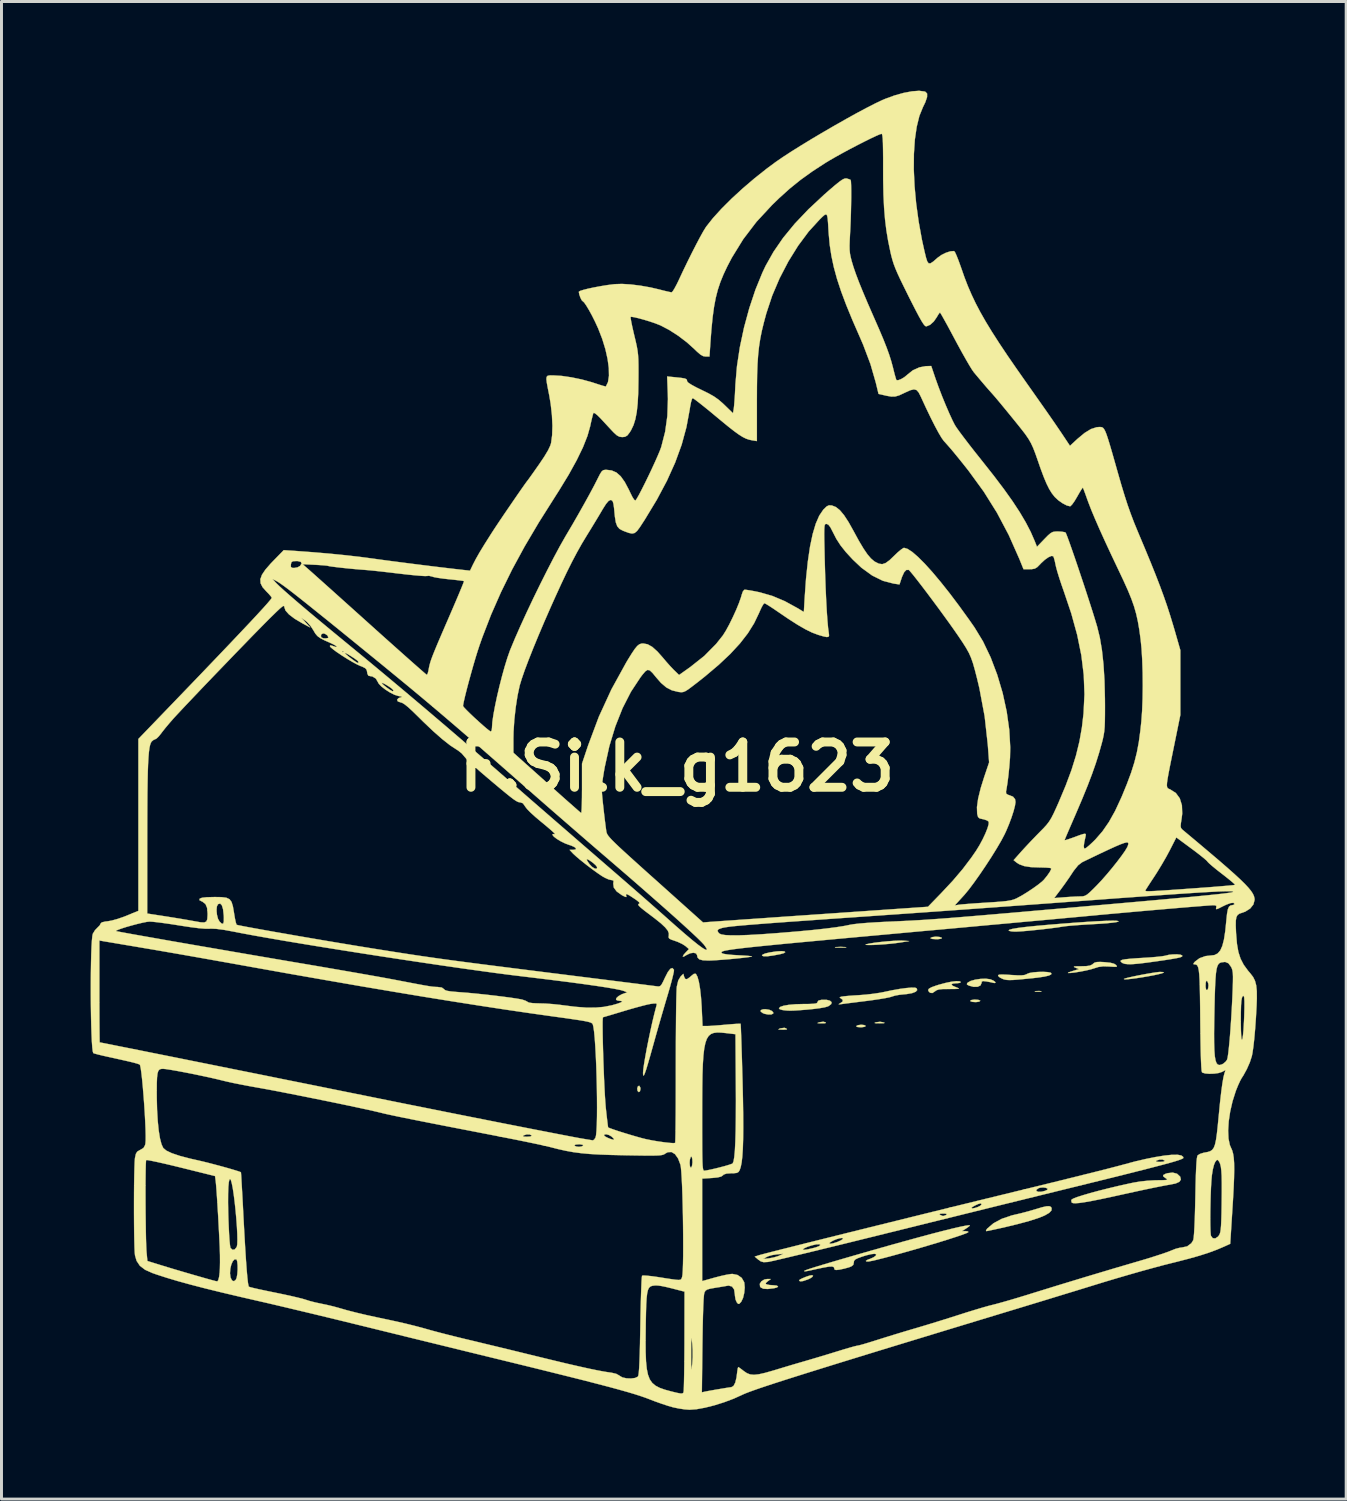
<source format=kicad_pcb>
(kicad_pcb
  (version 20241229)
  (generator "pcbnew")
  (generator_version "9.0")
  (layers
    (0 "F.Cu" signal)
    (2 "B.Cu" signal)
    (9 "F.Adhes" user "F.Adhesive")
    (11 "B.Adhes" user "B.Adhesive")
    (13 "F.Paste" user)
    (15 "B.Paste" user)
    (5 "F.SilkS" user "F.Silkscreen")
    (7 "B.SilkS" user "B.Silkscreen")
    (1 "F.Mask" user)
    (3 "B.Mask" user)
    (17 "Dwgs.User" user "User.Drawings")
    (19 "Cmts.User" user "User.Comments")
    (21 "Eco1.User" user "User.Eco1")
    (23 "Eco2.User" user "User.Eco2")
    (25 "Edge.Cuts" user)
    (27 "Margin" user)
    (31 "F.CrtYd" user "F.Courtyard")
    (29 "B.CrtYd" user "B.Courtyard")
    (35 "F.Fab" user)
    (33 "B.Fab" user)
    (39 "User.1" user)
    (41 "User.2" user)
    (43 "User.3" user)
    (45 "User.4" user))
  (footprint "F.Silk_g1623"
    (layer "F.Cu")
    (at 19.724 22.745)
    (property "Reference" "F.Silk_g1623" (at 0 0 0) (layer "F.SilkS") (effects (font (size 1.524 1.524) (thickness 0.3))))
    (attr through_hole)
    (fp_poly (pts (xy 12.245 7.548) (xy 12.265 7.558) (xy 12.212 7.565) (xy 12.15 7.566) (xy 12.058 7.563) (xy 12.033 7.554) (xy 12.054 7.548) (xy 12.178 7.541) (xy 12.245 7.548)) (stroke (width 0.01) (type solid)) (fill yes) (layer "F.SilkS"))
    (fp_poly (pts (xy 4.992 8.594) (xy 5.01 8.618) (xy 4.953 8.63) (xy 4.868 8.631) (xy 4.758 8.628) (xy 4.724 8.621) (xy 4.761 8.604) (xy 4.801 8.592) (xy 4.921 8.577) (xy 4.992 8.594)) (stroke (width 0.01) (type solid)) (fill yes) (layer "F.SilkS"))
    (fp_poly (pts (xy -1.266 10.734) (xy -1.233 10.792) (xy -1.228 10.837) (xy -1.246 10.917) (xy -1.286 10.944) (xy -1.326 10.904) (xy -1.328 10.901) (xy -1.337 10.821) (xy -1.316 10.753) (xy -1.276 10.73) (xy -1.266 10.734)) (stroke (width 0.01) (type solid)) (fill yes) (layer "F.SilkS"))
    (fp_poly (pts (xy 3.671 8.801) (xy 3.702 8.828) (xy 3.667 8.841) (xy 3.559 8.843) (xy 3.556 8.843) (xy 3.445 8.84) (xy 3.41 8.832) (xy 3.443 8.813) (xy 3.48 8.799) (xy 3.614 8.781) (xy 3.671 8.801)) (stroke (width 0.01) (type solid)) (fill yes) (layer "F.SilkS"))
    (fp_poly (pts (xy 5.662 6.065) (xy 5.699 6.073) (xy 5.661 6.078) (xy 5.555 6.082) (xy 5.503 6.082) (xy 5.376 6.08) (xy 5.313 6.075) (xy 5.322 6.068) (xy 5.345 6.065) (xy 5.504 6.058) (xy 5.662 6.065)) (stroke (width 0.01) (type solid)) (fill yes) (layer "F.SilkS"))
    (fp_poly (pts (xy 6.932 8.594) (xy 6.984 8.613) (xy 6.968 8.624) (xy 6.879 8.628) (xy 6.816 8.629) (xy 6.692 8.627) (xy 6.646 8.619) (xy 6.669 8.603) (xy 6.699 8.594) (xy 6.831 8.579) (xy 6.932 8.594)) (stroke (width 0.01) (type solid)) (fill yes) (layer "F.SilkS"))
    (fp_poly (pts (xy 3.104 8.174) (xy 3.199 8.217) (xy 3.242 8.272) (xy 3.236 8.302) (xy 3.175 8.331) (xy 3.067 8.333) (xy 2.946 8.31) (xy 2.888 8.287) (xy 2.815 8.233) (xy 2.82 8.186) (xy 2.895 8.158) (xy 2.978 8.154) (xy 3.104 8.174)) (stroke (width 0.01) (type solid)) (fill yes) (layer "F.SilkS"))
    (fp_poly (pts (xy 6.301 8.689) (xy 6.349 8.716) (xy 6.35 8.721) (xy 6.312 8.747) (xy 6.218 8.762) (xy 6.178 8.763) (xy 6.071 8.754) (xy 6.03 8.73) (xy 6.032 8.721) (xy 6.089 8.692) (xy 6.191 8.678) (xy 6.204 8.678) (xy 6.301 8.689)) (stroke (width 0.01) (type solid)) (fill yes) (layer "F.SilkS"))
    (fp_poly (pts (xy 8.833 5.725) (xy 8.904 5.75) (xy 8.911 5.757) (xy 8.89 5.783) (xy 8.795 5.798) (xy 8.721 5.8) (xy 8.592 5.792) (xy 8.531 5.772) (xy 8.53 5.757) (xy 8.586 5.73) (xy 8.691 5.716) (xy 8.721 5.715) (xy 8.833 5.725)) (stroke (width 0.01) (type solid)) (fill yes) (layer "F.SilkS"))
    (fp_poly (pts (xy 10.139 7.841) (xy 10.198 7.865) (xy 10.202 7.874) (xy 10.165 7.901) (xy 10.071 7.915) (xy 10.033 7.916) (xy 9.927 7.907) (xy 9.868 7.883) (xy 9.864 7.874) (xy 9.901 7.847) (xy 9.995 7.833) (xy 10.033 7.832) (xy 10.139 7.841)) (stroke (width 0.01) (type solid)) (fill yes) (layer "F.SilkS"))
    (fp_poly (pts (xy 4.578 17.119) (xy 4.554 17.159) (xy 4.478 17.211) (xy 4.402 17.246) (xy 4.239 17.301) (xy 4.139 17.31) (xy 4.106 17.276) (xy 4.142 17.245) (xy 4.231 17.201) (xy 4.345 17.155) (xy 4.455 17.119) (xy 4.534 17.103) (xy 4.537 17.103) (xy 4.578 17.119)) (stroke (width 0.01) (type solid)) (fill yes) (layer "F.SilkS"))
    (fp_poly (pts (xy 3.615 6.211) (xy 3.643 6.235) (xy 3.6 6.267) (xy 3.486 6.3) (xy 3.245 6.347) (xy 3.053 6.373) (xy 2.921 6.375) (xy 2.86 6.355) (xy 2.86 6.354) (xy 2.879 6.318) (xy 2.97 6.28) (xy 3.12 6.245) (xy 3.317 6.215) (xy 3.368 6.209) (xy 3.521 6.201) (xy 3.615 6.211)) (stroke (width 0.01) (type solid)) (fill yes) (layer "F.SilkS"))
    (fp_poly (pts (xy 7.599 5.849) (xy 7.811 5.863) (xy 7.493 5.914) (xy 7.333 5.936) (xy 7.149 5.956) (xy 6.956 5.972) (xy 6.767 5.985) (xy 6.597 5.993) (xy 6.46 5.996) (xy 6.37 5.992) (xy 6.342 5.982) (xy 6.361 5.972) (xy 6.476 5.946) (xy 6.653 5.918) (xy 6.867 5.892) (xy 7.094 5.87) (xy 7.311 5.854) (xy 7.495 5.847) (xy 7.599 5.849)) (stroke (width 0.01) (type solid)) (fill yes) (layer "F.SilkS"))
    (fp_poly (pts (xy 3.154 17.232) (xy 3.053 17.309) (xy 2.989 17.365) (xy 2.99 17.396) (xy 3.025 17.414) (xy 3.117 17.433) (xy 3.239 17.441) (xy 3.239 17.441) (xy 3.357 17.453) (xy 3.401 17.481) (xy 3.367 17.515) (xy 3.269 17.541) (xy 3.055 17.567) (xy 2.908 17.559) (xy 2.819 17.517) (xy 2.795 17.485) (xy 2.786 17.393) (xy 2.841 17.307) (xy 2.942 17.247) (xy 3.037 17.231) (xy 3.154 17.232)) (stroke (width 0.01) (type solid)) (fill yes) (layer "F.SilkS"))
    (fp_poly (pts (xy 16.343 6.906) (xy 16.378 6.918) (xy 16.376 6.921) (xy 16.321 6.946) (xy 16.206 6.976) (xy 16.047 7.011) (xy 15.86 7.046) (xy 15.661 7.08) (xy 15.465 7.11) (xy 15.289 7.133) (xy 15.148 7.148) (xy 15.057 7.15) (xy 15.032 7.139) (xy 15.033 7.138) (xy 15.085 7.117) (xy 15.202 7.087) (xy 15.365 7.051) (xy 15.556 7.012) (xy 15.756 6.974) (xy 15.947 6.941) (xy 16.11 6.916) (xy 16.226 6.902) (xy 16.252 6.901) (xy 16.343 6.906)) (stroke (width 0.01) (type solid)) (fill yes) (layer "F.SilkS"))
    (fp_poly (pts (xy 10.535 7.148) (xy 10.546 7.151) (xy 10.638 7.189) (xy 10.699 7.232) (xy 10.716 7.266) (xy 10.678 7.275) (xy 10.636 7.267) (xy 10.546 7.246) (xy 10.421 7.223) (xy 10.403 7.22) (xy 10.299 7.208) (xy 10.254 7.225) (xy 10.245 7.275) (xy 10.209 7.356) (xy 10.114 7.4) (xy 9.978 7.403) (xy 9.824 7.362) (xy 9.755 7.326) (xy 9.758 7.287) (xy 9.784 7.258) (xy 9.881 7.204) (xy 10.033 7.161) (xy 10.212 7.135) (xy 10.389 7.129) (xy 10.535 7.148)) (stroke (width 0.01) (type solid)) (fill yes) (layer "F.SilkS"))
    (fp_poly (pts (xy 12.579 14.806) (xy 12.603 14.845) (xy 12.598 14.924) (xy 12.521 15.006) (xy 12.371 15.093) (xy 12.144 15.184) (xy 11.84 15.281) (xy 11.455 15.385) (xy 11.087 15.474) (xy 10.864 15.525) (xy 10.669 15.568) (xy 10.518 15.6) (xy 10.425 15.618) (xy 10.405 15.621) (xy 10.395 15.595) (xy 10.436 15.536) (xy 10.65 15.354) (xy 10.931 15.204) (xy 11.262 15.092) (xy 11.339 15.074) (xy 11.566 15.021) (xy 11.814 14.956) (xy 12.034 14.892) (xy 12.067 14.882) (xy 12.28 14.818) (xy 12.428 14.785) (xy 12.523 14.781) (xy 12.579 14.806)) (stroke (width 0.01) (type solid)) (fill yes) (layer "F.SilkS"))
    (fp_poly (pts (xy 5.145 7.868) (xy 5.201 7.918) (xy 5.19 7.98) (xy 5.106 8.046) (xy 5.064 8.065) (xy 4.967 8.092) (xy 4.807 8.12) (xy 4.606 8.146) (xy 4.387 8.168) (xy 4.38 8.169) (xy 4.136 8.188) (xy 3.956 8.2) (xy 3.824 8.204) (xy 3.719 8.202) (xy 3.624 8.193) (xy 3.545 8.182) (xy 3.461 8.158) (xy 3.429 8.128) (xy 3.469 8.08) (xy 3.584 8.039) (xy 3.761 8.008) (xy 3.99 7.988) (xy 4.237 7.981) (xy 4.452 7.979) (xy 4.594 7.972) (xy 4.679 7.96) (xy 4.717 7.94) (xy 4.724 7.916) (xy 4.76 7.864) (xy 4.864 7.839) (xy 5.03 7.839) (xy 5.145 7.868)) (stroke (width 0.01) (type solid)) (fill yes) (layer "F.SilkS"))
    (fp_poly (pts (xy 9.506 7.216) (xy 9.544 7.236) (xy 9.528 7.267) (xy 9.432 7.281) (xy 9.4 7.281) (xy 9.278 7.293) (xy 9.234 7.322) (xy 9.271 7.365) (xy 9.356 7.402) (xy 9.443 7.437) (xy 9.483 7.462) (xy 9.483 7.463) (xy 9.444 7.47) (xy 9.339 7.475) (xy 9.19 7.476) (xy 9.128 7.476) (xy 8.938 7.478) (xy 8.813 7.49) (xy 8.732 7.517) (xy 8.69 7.546) (xy 8.592 7.611) (xy 8.515 7.602) (xy 8.471 7.562) (xy 8.448 7.511) (xy 8.476 7.465) (xy 8.564 7.416) (xy 8.722 7.359) (xy 8.805 7.333) (xy 9.031 7.272) (xy 9.233 7.23) (xy 9.396 7.211) (xy 9.506 7.216)) (stroke (width 0.01) (type solid)) (fill yes) (layer "F.SilkS"))
    (fp_poly (pts (xy 16.94 6.322) (xy 16.994 6.346) (xy 17 6.369) (xy 16.98 6.39) (xy 16.924 6.412) (xy 16.822 6.435) (xy 16.666 6.463) (xy 16.445 6.498) (xy 16.157 6.54) (xy 15.812 6.588) (xy 15.54 6.621) (xy 15.331 6.639) (xy 15.177 6.641) (xy 15.066 6.63) (xy 14.991 6.604) (xy 14.967 6.589) (xy 14.925 6.551) (xy 14.926 6.52) (xy 14.975 6.495) (xy 15.081 6.475) (xy 15.252 6.457) (xy 15.495 6.439) (xy 15.665 6.429) (xy 15.903 6.414) (xy 16.119 6.396) (xy 16.295 6.377) (xy 16.413 6.359) (xy 16.447 6.35) (xy 16.554 6.324) (xy 16.691 6.311) (xy 16.829 6.31) (xy 16.94 6.322)) (stroke (width 0.01) (type solid)) (fill yes) (layer "F.SilkS"))
    (fp_poly (pts (xy 12.464 6.906) (xy 12.564 6.924) (xy 12.594 6.943) (xy 12.587 6.985) (xy 12.51 7.023) (xy 12.357 7.059) (xy 12.125 7.093) (xy 11.975 7.11) (xy 11.683 7.139) (xy 11.462 7.16) (xy 11.298 7.172) (xy 11.18 7.175) (xy 11.092 7.17) (xy 11.023 7.158) (xy 10.968 7.141) (xy 10.866 7.092) (xy 10.806 7.039) (xy 10.803 7.032) (xy 10.807 7.006) (xy 10.848 6.992) (xy 10.939 6.988) (xy 11.093 6.994) (xy 11.233 7.003) (xy 11.444 7.015) (xy 11.589 7.016) (xy 11.685 7.006) (xy 11.751 6.983) (xy 11.778 6.967) (xy 11.86 6.936) (xy 11.994 6.914) (xy 12.155 6.901) (xy 12.319 6.898) (xy 12.464 6.906)) (stroke (width 0.01) (type solid)) (fill yes) (layer "F.SilkS"))
    (fp_poly (pts (xy 14.383 6.572) (xy 14.578 6.592) (xy 14.703 6.625) (xy 14.767 6.666) (xy 14.798 6.705) (xy 14.792 6.725) (xy 14.734 6.73) (xy 14.61 6.724) (xy 14.543 6.719) (xy 14.339 6.713) (xy 14.18 6.734) (xy 14.052 6.774) (xy 13.929 6.812) (xy 13.758 6.853) (xy 13.567 6.89) (xy 13.381 6.92) (xy 13.23 6.937) (xy 13.152 6.938) (xy 13.16 6.925) (xy 13.231 6.896) (xy 13.312 6.87) (xy 13.522 6.806) (xy 13.404 6.758) (xy 13.354 6.734) (xy 13.357 6.719) (xy 13.423 6.712) (xy 13.561 6.71) (xy 13.6 6.71) (xy 13.776 6.705) (xy 13.891 6.688) (xy 13.965 6.654) (xy 13.992 6.631) (xy 14.046 6.589) (xy 14.12 6.569) (xy 14.236 6.564) (xy 14.383 6.572)) (stroke (width 0.01) (type solid)) (fill yes) (layer "F.SilkS"))
    (fp_poly (pts (xy 14.798 5.181) (xy 14.854 5.195) (xy 14.846 5.208) (xy 14.779 5.226) (xy 14.641 5.245) (xy 14.446 5.265) (xy 14.208 5.282) (xy 13.999 5.294) (xy 13.732 5.309) (xy 13.474 5.327) (xy 13.245 5.345) (xy 13.067 5.363) (xy 12.975 5.376) (xy 12.798 5.404) (xy 12.572 5.433) (xy 12.316 5.464) (xy 12.053 5.492) (xy 11.802 5.517) (xy 11.585 5.535) (xy 11.424 5.544) (xy 11.38 5.545) (xy 11.257 5.538) (xy 11.175 5.52) (xy 11.158 5.509) (xy 11.181 5.483) (xy 11.281 5.454) (xy 11.46 5.423) (xy 11.719 5.39) (xy 12.06 5.355) (xy 12.483 5.317) (xy 12.774 5.293) (xy 13.307 5.251) (xy 13.764 5.219) (xy 14.142 5.196) (xy 14.441 5.182) (xy 14.66 5.177) (xy 14.798 5.181)) (stroke (width 0.01) (type solid)) (fill yes) (layer "F.SilkS"))
    (fp_poly (pts (xy 8.01 7.432) (xy 8.058 7.448) (xy 8.082 7.511) (xy 8.03 7.568) (xy 7.91 7.614) (xy 7.73 7.646) (xy 7.655 7.652) (xy 7.486 7.67) (xy 7.336 7.697) (xy 7.239 7.727) (xy 7.237 7.728) (xy 7.16 7.751) (xy 7.016 7.781) (xy 6.82 7.814) (xy 6.589 7.848) (xy 6.412 7.872) (xy 6.163 7.903) (xy 5.933 7.932) (xy 5.74 7.956) (xy 5.601 7.974) (xy 5.546 7.982) (xy 5.454 7.992) (xy 5.438 7.985) (xy 5.489 7.955) (xy 5.493 7.953) (xy 5.574 7.894) (xy 5.573 7.839) (xy 5.518 7.796) (xy 5.472 7.763) (xy 5.504 7.741) (xy 5.528 7.734) (xy 5.601 7.723) (xy 5.738 7.709) (xy 5.92 7.695) (xy 6.117 7.683) (xy 6.359 7.664) (xy 6.61 7.635) (xy 6.837 7.601) (xy 6.964 7.576) (xy 7.232 7.519) (xy 7.484 7.474) (xy 7.707 7.444) (xy 7.887 7.429) (xy 8.01 7.432)) (stroke (width 0.01) (type solid)) (fill yes) (layer "F.SilkS"))
    (fp_poly (pts (xy 16.823 13.69) (xy 16.924 13.784) (xy 16.929 13.793) (xy 16.951 13.887) (xy 16.9 13.961) (xy 16.774 14.018) (xy 16.573 14.058) (xy 16.455 14.078) (xy 16.268 14.114) (xy 16.025 14.163) (xy 15.742 14.222) (xy 15.43 14.289) (xy 15.103 14.361) (xy 15.047 14.373) (xy 14.603 14.471) (xy 14.236 14.549) (xy 13.938 14.608) (xy 13.704 14.649) (xy 13.527 14.674) (xy 13.401 14.683) (xy 13.321 14.678) (xy 13.279 14.658) (xy 13.275 14.653) (xy 13.264 14.582) (xy 13.271 14.564) (xy 13.328 14.527) (xy 13.458 14.476) (xy 13.651 14.414) (xy 13.896 14.342) (xy 14.184 14.264) (xy 14.504 14.183) (xy 14.846 14.101) (xy 15.2 14.022) (xy 15.367 13.987) (xy 15.584 13.951) (xy 15.839 13.924) (xy 16.084 13.91) (xy 16.137 13.909) (xy 16.323 13.907) (xy 16.436 13.902) (xy 16.486 13.892) (xy 16.486 13.874) (xy 16.447 13.845) (xy 16.444 13.844) (xy 16.362 13.783) (xy 16.354 13.737) (xy 16.426 13.696) (xy 16.499 13.672) (xy 16.674 13.651) (xy 16.823 13.69)) (stroke (width 0.01) (type solid)) (fill yes) (layer "F.SilkS"))
    (fp_poly (pts (xy 9.853 15.427) (xy 9.831 15.456) (xy 9.757 15.511) (xy 9.728 15.53) (xy 9.588 15.62) (xy 9.713 15.62) (xy 9.792 15.631) (xy 9.799 15.658) (xy 9.798 15.659) (xy 9.738 15.689) (xy 9.606 15.739) (xy 9.414 15.805) (xy 9.172 15.883) (xy 8.892 15.971) (xy 8.582 16.065) (xy 8.255 16.162) (xy 7.92 16.259) (xy 7.589 16.353) (xy 7.271 16.441) (xy 6.979 16.519) (xy 6.721 16.584) (xy 6.6 16.613) (xy 6.457 16.64) (xy 6.373 16.641) (xy 6.353 16.623) (xy 6.404 16.588) (xy 6.495 16.553) (xy 6.607 16.504) (xy 6.686 16.449) (xy 6.69 16.444) (xy 6.702 16.399) (xy 6.645 16.383) (xy 6.528 16.396) (xy 6.363 16.436) (xy 6.223 16.48) (xy 6.075 16.534) (xy 5.992 16.578) (xy 5.955 16.625) (xy 5.948 16.679) (xy 5.931 16.755) (xy 5.865 16.807) (xy 5.786 16.838) (xy 5.628 16.882) (xy 5.467 16.916) (xy 5.457 16.918) (xy 5.349 16.929) (xy 5.301 16.912) (xy 5.292 16.875) (xy 5.276 16.831) (xy 5.219 16.811) (xy 5.112 16.815) (xy 4.941 16.844) (xy 4.805 16.872) (xy 4.638 16.908) (xy 4.489 16.941) (xy 4.392 16.961) (xy 4.308 16.973) (xy 4.276 16.965) (xy 4.297 16.949) (xy 4.366 16.921) (xy 4.487 16.88) (xy 4.665 16.824) (xy 4.905 16.751) (xy 5.213 16.659) (xy 5.593 16.548) (xy 5.927 16.451) (xy 6.545 16.273) (xy 7.123 16.109) (xy 7.659 15.959) (xy 8.146 15.826) (xy 8.581 15.709) (xy 8.959 15.611) (xy 9.277 15.532) (xy 9.529 15.474) (xy 9.713 15.437) (xy 9.822 15.423) (xy 9.853 15.427)) (stroke (width 0.01) (type solid)) (fill yes) (layer "F.SilkS"))
    (fp_poly (pts (xy 16.965 13.076) (xy 16.974 13.08) (xy 17.032 13.128) (xy 17.033 13.164) (xy 17.003 13.184) (xy 16.947 13.208) (xy 16.861 13.239) (xy 16.739 13.277) (xy 16.578 13.323) (xy 16.372 13.379) (xy 16.117 13.446) (xy 15.808 13.526) (xy 15.44 13.619) (xy 15.008 13.728) (xy 14.508 13.852) (xy 13.934 13.994) (xy 13.356 14.136) (xy 12.788 14.276) (xy 12.154 14.432) (xy 11.468 14.601) (xy 10.746 14.779) (xy 10.005 14.962) (xy 9.259 15.147) (xy 8.524 15.328) (xy 7.815 15.504) (xy 7.148 15.669) (xy 6.757 15.766) (xy 6.222 15.898) (xy 5.708 16.025) (xy 5.22 16.144) (xy 4.766 16.255) (xy 4.351 16.356) (xy 3.982 16.444) (xy 3.665 16.52) (xy 3.406 16.581) (xy 3.213 16.625) (xy 3.091 16.652) (xy 3.053 16.658) (xy 2.916 16.665) (xy 2.82 16.639) (xy 2.736 16.579) (xy 2.709 16.557) (xy 2.9 16.557) (xy 3.098 16.535) (xy 3.255 16.506) (xy 3.402 16.462) (xy 3.437 16.447) (xy 3.577 16.382) (xy 3.357 16.402) (xy 3.203 16.426) (xy 3.065 16.467) (xy 3.018 16.489) (xy 2.9 16.557) (xy 2.709 16.557) (xy 2.615 16.478) (xy 2.757 16.432) (xy 2.832 16.411) (xy 2.983 16.371) (xy 3.205 16.314) (xy 3.491 16.241) (xy 3.505 16.238) (xy 4.233 16.238) (xy 4.272 16.25) (xy 4.385 16.236) (xy 4.564 16.195) (xy 4.665 16.169) (xy 4.781 16.126) (xy 4.824 16.086) (xy 4.794 16.062) (xy 4.69 16.065) (xy 4.667 16.069) (xy 4.527 16.102) (xy 4.392 16.146) (xy 4.287 16.193) (xy 4.235 16.232) (xy 4.233 16.238) (xy 3.505 16.238) (xy 3.835 16.155) (xy 4.232 16.055) (xy 4.311 16.035) (xy 5.125 16.035) (xy 5.166 16.045) (xy 5.259 16.029) (xy 5.393 15.986) (xy 5.418 15.976) (xy 5.522 15.927) (xy 5.582 15.882) (xy 5.588 15.87) (xy 5.553 15.85) (xy 5.465 15.862) (xy 5.345 15.899) (xy 5.239 15.946) (xy 5.146 16.002) (xy 5.125 16.035) (xy 4.311 16.035) (xy 4.676 15.944) (xy 5.16 15.823) (xy 5.679 15.694) (xy 6.226 15.558) (xy 6.797 15.417) (xy 7.384 15.272) (xy 7.982 15.124) (xy 8.274 15.052) (xy 8.827 15.052) (xy 8.848 15.071) (xy 8.925 15.106) (xy 8.954 15.112) (xy 9.023 15.091) (xy 9.059 15.071) (xy 9.079 15.044) (xy 9.027 15.032) (xy 8.954 15.03) (xy 8.852 15.035) (xy 8.827 15.052) (xy 8.274 15.052) (xy 8.585 14.975) (xy 9.14 14.839) (xy 9.906 14.839) (xy 9.935 14.858) (xy 10.028 14.84) (xy 10.111 14.813) (xy 10.201 14.769) (xy 10.245 14.724) (xy 10.231 14.694) (xy 10.2 14.69) (xy 10.137 14.707) (xy 10.045 14.748) (xy 9.958 14.795) (xy 9.909 14.833) (xy 9.906 14.839) (xy 9.14 14.839) (xy 9.188 14.827) (xy 9.783 14.681) (xy 10.365 14.538) (xy 10.929 14.401) (xy 11.468 14.269) (xy 11.472 14.268) (xy 11.635 14.229) (xy 12.092 14.229) (xy 12.093 14.273) (xy 12.158 14.298) (xy 12.268 14.294) (xy 12.38 14.266) (xy 12.454 14.232) (xy 12.459 14.228) (xy 12.463 14.19) (xy 12.408 14.163) (xy 12.319 14.151) (xy 12.221 14.159) (xy 12.165 14.176) (xy 12.092 14.229) (xy 11.635 14.229) (xy 11.976 14.145) (xy 12.467 14.025) (xy 12.938 13.909) (xy 13.381 13.799) (xy 13.786 13.698) (xy 14.148 13.608) (xy 14.456 13.53) (xy 14.704 13.466) (xy 14.884 13.419) (xy 14.965 13.397) (xy 15.368 13.288) (xy 15.419 13.276) (xy 16.111 13.276) (xy 16.165 13.289) (xy 16.248 13.292) (xy 16.361 13.284) (xy 16.406 13.261) (xy 16.404 13.25) (xy 16.34 13.215) (xy 16.238 13.213) (xy 16.138 13.245) (xy 16.129 13.25) (xy 16.111 13.276) (xy 15.419 13.276) (xy 15.748 13.198) (xy 16.094 13.128) (xy 16.399 13.079) (xy 16.651 13.053) (xy 16.843 13.052) (xy 16.965 13.076)) (stroke (width 0.01) (type solid)) (fill yes) (layer "F.SilkS"))
    (fp_poly (pts (xy 8.327 -22.717) (xy 8.357 -22.707) (xy 8.414 -22.647) (xy 8.413 -22.531) (xy 8.354 -22.356) (xy 8.274 -22.191) (xy 8.154 -21.895) (xy 8.064 -21.529) (xy 8.002 -21.101) (xy 7.97 -20.621) (xy 7.966 -20.096) (xy 7.992 -19.535) (xy 8.046 -18.949) (xy 8.129 -18.344) (xy 8.24 -17.73) (xy 8.325 -17.346) (xy 8.376 -17.135) (xy 8.419 -17) (xy 8.466 -16.936) (xy 8.53 -16.937) (xy 8.62 -16.996) (xy 8.751 -17.11) (xy 8.771 -17.128) (xy 8.898 -17.218) (xy 9.047 -17.292) (xy 9.192 -17.339) (xy 9.305 -17.349) (xy 9.328 -17.344) (xy 9.359 -17.299) (xy 9.409 -17.188) (xy 9.472 -17.028) (xy 9.542 -16.834) (xy 9.561 -16.781) (xy 9.669 -16.472) (xy 9.783 -16.176) (xy 9.908 -15.887) (xy 10.046 -15.596) (xy 10.204 -15.295) (xy 10.385 -14.977) (xy 10.594 -14.634) (xy 10.836 -14.257) (xy 11.114 -13.84) (xy 11.435 -13.375) (xy 11.801 -12.853) (xy 11.939 -12.658) (xy 12.138 -12.375) (xy 12.338 -12.091) (xy 12.528 -11.819) (xy 12.698 -11.574) (xy 12.837 -11.37) (xy 12.932 -11.23) (xy 13.22 -10.797) (xy 13.471 -11.03) (xy 13.713 -11.231) (xy 13.926 -11.361) (xy 14.118 -11.423) (xy 14.203 -11.43) (xy 14.253 -11.429) (xy 14.295 -11.423) (xy 14.332 -11.402) (xy 14.368 -11.36) (xy 14.407 -11.288) (xy 14.45 -11.18) (xy 14.501 -11.027) (xy 14.564 -10.821) (xy 14.642 -10.555) (xy 14.737 -10.221) (xy 14.822 -9.92) (xy 14.945 -9.492) (xy 15.056 -9.127) (xy 15.159 -8.808) (xy 15.263 -8.514) (xy 15.372 -8.227) (xy 15.495 -7.928) (xy 15.519 -7.87) (xy 15.743 -7.338) (xy 15.936 -6.871) (xy 16.102 -6.457) (xy 16.246 -6.085) (xy 16.372 -5.742) (xy 16.485 -5.418) (xy 16.588 -5.099) (xy 16.687 -4.775) (xy 16.746 -4.575) (xy 16.933 -3.923) (xy 16.933 -1.744) (xy 16.715 -0.671) (xy 16.639 -0.298) (xy 16.579 -0.000035) (xy 16.534 0.233) (xy 16.503 0.408) (xy 16.485 0.536) (xy 16.48 0.624) (xy 16.488 0.681) (xy 16.506 0.716) (xy 16.535 0.737) (xy 16.574 0.754) (xy 16.592 0.761) (xy 16.782 0.882) (xy 16.914 1.062) (xy 16.986 1.295) (xy 16.996 1.577) (xy 16.977 1.734) (xy 16.952 1.895) (xy 16.943 1.996) (xy 16.955 2.057) (xy 16.989 2.102) (xy 17.028 2.136) (xy 17.488 2.521) (xy 17.886 2.857) (xy 18.228 3.147) (xy 18.516 3.397) (xy 18.756 3.61) (xy 18.951 3.79) (xy 19.106 3.942) (xy 19.225 4.07) (xy 19.312 4.177) (xy 19.372 4.269) (xy 19.409 4.349) (xy 19.427 4.422) (xy 19.431 4.476) (xy 19.391 4.631) (xy 19.282 4.768) (xy 19.118 4.872) (xy 19.015 4.909) (xy 18.922 4.94) (xy 18.858 4.986) (xy 18.818 5.06) (xy 18.799 5.176) (xy 18.797 5.346) (xy 18.807 5.585) (xy 18.81 5.626) (xy 18.838 5.959) (xy 18.885 6.228) (xy 18.958 6.454) (xy 19.063 6.658) (xy 19.209 6.858) (xy 19.288 6.951) (xy 19.38 7.07) (xy 19.444 7.199) (xy 19.485 7.352) (xy 19.505 7.545) (xy 19.507 7.795) (xy 19.498 8.043) (xy 19.476 8.439) (xy 19.45 8.809) (xy 19.421 9.139) (xy 19.39 9.417) (xy 19.359 9.631) (xy 19.338 9.735) (xy 19.271 9.942) (xy 19.169 10.173) (xy 19.051 10.388) (xy 18.999 10.467) (xy 18.946 10.563) (xy 18.878 10.71) (xy 18.809 10.88) (xy 18.796 10.915) (xy 18.689 11.252) (xy 18.61 11.595) (xy 18.56 11.929) (xy 18.541 12.238) (xy 18.553 12.508) (xy 18.598 12.724) (xy 18.633 12.806) (xy 18.675 12.9) (xy 18.707 13.012) (xy 18.729 13.153) (xy 18.742 13.329) (xy 18.745 13.551) (xy 18.74 13.827) (xy 18.726 14.165) (xy 18.704 14.574) (xy 18.688 14.824) (xy 18.611 16.047) (xy 18.418 16.135) (xy 18.163 16.244) (xy 17.887 16.346) (xy 17.576 16.446) (xy 17.215 16.548) (xy 16.79 16.658) (xy 16.616 16.701) (xy 16.339 16.771) (xy 16.001 16.862) (xy 15.619 16.967) (xy 15.214 17.083) (xy 14.803 17.203) (xy 14.405 17.322) (xy 14.245 17.371) (xy 13.849 17.493) (xy 13.394 17.633) (xy 12.902 17.783) (xy 12.397 17.938) (xy 11.9 18.089) (xy 11.434 18.231) (xy 11.176 18.309) (xy 10.139 18.624) (xy 9.181 18.915) (xy 8.299 19.184) (xy 7.489 19.431) (xy 6.749 19.657) (xy 6.076 19.864) (xy 5.468 20.051) (xy 4.921 20.221) (xy 4.433 20.373) (xy 4.001 20.509) (xy 3.622 20.629) (xy 3.293 20.735) (xy 3.013 20.827) (xy 2.777 20.906) (xy 2.583 20.974) (xy 2.428 21.03) (xy 2.31 21.076) (xy 2.225 21.112) (xy 2.204 21.122) (xy 1.911 21.255) (xy 1.589 21.376) (xy 1.259 21.48) (xy 0.94 21.56) (xy 0.654 21.612) (xy 0.423 21.629) (xy 0.261 21.617) (xy 0.061 21.587) (xy -0.127 21.548) (xy -0.302 21.498) (xy -0.522 21.425) (xy -0.755 21.342) (xy -0.912 21.281) (xy -1.054 21.227) (xy -1.223 21.169) (xy -1.425 21.104) (xy -1.664 21.033) (xy -1.947 20.953) (xy -2.277 20.863) (xy -2.66 20.763) (xy -3.1 20.649) (xy -3.602 20.523) (xy -4.172 20.381) (xy -4.813 20.222) (xy -5.532 20.046) (xy -5.63 20.022) (xy -6.085 19.911) (xy -6.605 19.784) (xy -7.173 19.645) (xy -7.772 19.498) (xy -8.385 19.348) (xy -8.994 19.199) (xy -9.583 19.054) (xy -10.134 18.919) (xy -10.287 18.881) (xy -10.781 18.76) (xy -11.283 18.637) (xy -11.782 18.516) (xy -12.266 18.399) (xy -12.724 18.29) (xy -13.143 18.19) (xy -13.512 18.103) (xy -13.818 18.031) (xy -13.991 17.992) (xy -14.695 17.83) (xy -15.321 17.682) (xy -15.875 17.546) (xy -16.364 17.419) (xy -16.793 17.301) (xy -17.168 17.189) (xy -17.496 17.083) (xy -17.643 17.032) (xy -17.892 16.921) (xy -18.067 16.788) (xy -18.178 16.622) (xy -18.232 16.438) (xy -18.242 16.338) (xy -18.25 16.166) (xy -18.256 15.935) (xy -18.261 15.657) (xy -18.264 15.346) (xy -18.266 15.014) (xy -18.266 14.673) (xy -18.265 14.384) (xy -17.879 14.384) (xy -17.878 14.698) (xy -17.876 15.015) (xy -17.872 15.325) (xy -17.868 15.616) (xy -17.863 15.875) (xy -17.856 16.092) (xy -17.849 16.256) (xy -17.844 16.324) (xy -17.816 16.625) (xy -17.364 16.765) (xy -17.119 16.84) (xy -16.853 16.92) (xy -16.578 17.001) (xy -16.308 17.08) (xy -16.054 17.153) (xy -15.83 17.217) (xy -15.649 17.267) (xy -15.523 17.3) (xy -15.466 17.312) (xy -15.466 17.312) (xy -15.434 17.274) (xy -15.404 17.163) (xy -15.387 17.04) (xy -15.037 17.04) (xy -15.019 17.179) (xy -14.968 17.281) (xy -14.903 17.306) (xy -14.84 17.255) (xy -14.812 17.187) (xy -14.791 17.067) (xy -14.78 16.919) (xy -14.781 16.771) (xy -14.793 16.648) (xy -14.814 16.577) (xy -14.821 16.571) (xy -14.885 16.57) (xy -14.945 16.636) (xy -14.994 16.748) (xy -15.027 16.89) (xy -15.037 17.04) (xy -15.387 17.04) (xy -15.386 17.031) (xy -15.377 16.883) (xy -15.373 16.674) (xy -15.374 16.433) (xy -15.381 16.182) (xy -15.383 16.132) (xy -15.399 15.8) (xy -15.417 15.458) (xy -15.435 15.119) (xy -15.455 14.797) (xy -15.463 14.657) (xy -15.102 14.657) (xy -15.096 15.009) (xy -15.09 15.213) (xy -15.079 15.484) (xy -15.067 15.728) (xy -15.053 15.934) (xy -15.038 16.086) (xy -15.025 16.172) (xy -15.022 16.182) (xy -14.955 16.248) (xy -14.879 16.238) (xy -14.811 16.154) (xy -14.808 16.148) (xy -14.792 16.063) (xy -14.788 15.91) (xy -14.792 15.705) (xy -14.805 15.461) (xy -14.825 15.194) (xy -14.85 14.917) (xy -14.879 14.646) (xy -14.911 14.394) (xy -14.944 14.175) (xy -14.978 14.005) (xy -15.009 13.898) (xy -15.025 13.872) (xy -15.054 13.881) (xy -15.076 13.97) (xy -15.092 14.132) (xy -15.1 14.363) (xy -15.102 14.657) (xy -15.463 14.657) (xy -15.473 14.506) (xy -15.49 14.257) (xy -15.505 14.066) (xy -15.517 13.946) (xy -15.517 13.943) (xy -15.54 13.768) (xy -16.684 13.484) (xy -16.983 13.411) (xy -17.255 13.347) (xy -17.488 13.295) (xy -17.674 13.256) (xy -17.8 13.233) (xy -17.856 13.228) (xy -17.857 13.229) (xy -17.864 13.277) (xy -17.87 13.399) (xy -17.874 13.582) (xy -17.877 13.815) (xy -17.879 14.086) (xy -17.879 14.384) (xy -18.265 14.384) (xy -18.265 14.338) (xy -18.262 14.019) (xy -18.257 13.73) (xy -18.251 13.485) (xy -18.244 13.294) (xy -18.235 13.172) (xy -18.232 13.152) (xy -18.203 13.022) (xy -18.158 12.947) (xy -18.078 12.898) (xy -18.054 12.887) (xy -17.947 12.823) (xy -17.894 12.727) (xy -17.882 12.674) (xy -17.874 12.573) (xy -17.873 12.408) (xy -17.878 12.191) (xy -17.889 11.936) (xy -17.904 11.655) (xy -17.923 11.361) (xy -17.945 11.067) (xy -17.959 10.898) (xy -17.501 10.898) (xy -17.5 11.134) (xy -17.49 11.541) (xy -17.468 11.91) (xy -17.436 12.232) (xy -17.393 12.498) (xy -17.341 12.698) (xy -17.283 12.823) (xy -17.179 12.911) (xy -16.994 12.999) (xy -16.727 13.089) (xy -16.377 13.181) (xy -16.15 13.232) (xy -15.985 13.27) (xy -15.784 13.319) (xy -15.563 13.377) (xy -15.337 13.437) (xy -15.122 13.497) (xy -14.932 13.552) (xy -14.783 13.598) (xy -14.692 13.629) (xy -14.669 13.641) (xy -14.665 13.684) (xy -14.657 13.802) (xy -14.647 13.985) (xy -14.633 14.223) (xy -14.617 14.506) (xy -14.6 14.824) (xy -14.588 15.071) (xy -14.556 15.66) (xy -14.527 16.166) (xy -14.5 16.589) (xy -14.475 16.93) (xy -14.452 17.19) (xy -14.431 17.369) (xy -14.411 17.469) (xy -14.401 17.49) (xy -14.353 17.507) (xy -14.234 17.537) (xy -14.058 17.577) (xy -13.837 17.624) (xy -13.585 17.676) (xy -13.525 17.688) (xy -13.255 17.744) (xy -13 17.799) (xy -12.778 17.851) (xy -12.604 17.894) (xy -12.496 17.926) (xy -12.488 17.929) (xy -12.348 17.973) (xy -12.164 18.02) (xy -11.98 18.059) (xy -11.774 18.102) (xy -11.552 18.155) (xy -11.388 18.2) (xy -11.102 18.282) (xy -10.795 18.361) (xy -10.45 18.443) (xy -10.051 18.53) (xy -9.708 18.602) (xy -9.422 18.664) (xy -9.118 18.734) (xy -8.827 18.806) (xy -8.576 18.872) (xy -8.48 18.899) (xy -8.279 18.956) (xy -8.018 19.026) (xy -7.72 19.103) (xy -7.408 19.181) (xy -7.104 19.255) (xy -7.091 19.258) (xy -6.825 19.321) (xy -6.496 19.401) (xy -6.121 19.491) (xy -5.719 19.588) (xy -5.309 19.688) (xy -4.91 19.786) (xy -4.741 19.827) (xy -4.186 19.962) (xy -3.707 20.077) (xy -3.297 20.171) (xy -2.95 20.248) (xy -2.661 20.307) (xy -2.424 20.351) (xy -2.232 20.38) (xy -2.196 20.385) (xy -2.043 20.421) (xy -1.935 20.481) (xy -1.924 20.491) (xy -1.835 20.542) (xy -1.698 20.572) (xy -1.546 20.578) (xy -1.409 20.56) (xy -1.319 20.517) (xy -1.313 20.511) (xy -1.298 20.469) (xy -1.285 20.376) (xy -1.273 20.229) (xy -1.263 20.02) (xy -1.253 19.745) (xy -1.244 19.398) (xy -1.243 19.302) (xy -1.056 19.302) (xy -1.054 19.684) (xy -1.042 19.997) (xy -1.017 20.25) (xy -0.976 20.45) (xy -0.916 20.607) (xy -0.832 20.727) (xy -0.723 20.819) (xy -0.584 20.892) (xy -0.413 20.953) (xy -0.205 21.01) (xy -0.177 21.017) (xy -0.001 21.06) (xy 0.111 21.081) (xy 0.175 21.082) (xy 0.208 21.063) (xy 0.219 21.043) (xy 0.226 20.987) (xy 0.232 20.856) (xy 0.237 20.659) (xy 0.242 20.407) (xy 0.246 20.107) (xy 0.249 19.771) (xy 0.249 19.748) (xy 0.477 19.748) (xy 0.477 19.993) (xy 0.479 20.158) (xy 0.482 20.25) (xy 0.487 20.273) (xy 0.496 20.233) (xy 0.507 20.136) (xy 0.513 20.087) (xy 0.526 19.863) (xy 0.525 19.613) (xy 0.513 19.41) (xy 0.5 19.293) (xy 0.49 19.231) (xy 0.484 19.231) (xy 0.48 19.297) (xy 0.478 19.435) (xy 0.477 19.65) (xy 0.477 19.748) (xy 0.249 19.748) (xy 0.251 19.408) (xy 0.251 19.316) (xy 0.254 17.656) (xy 0.095 17.615) (xy -0.171 17.546) (xy -0.37 17.498) (xy -0.516 17.468) (xy -0.624 17.452) (xy -0.707 17.447) (xy -0.755 17.45) (xy -0.832 17.46) (xy -0.893 17.483) (xy -0.941 17.527) (xy -0.977 17.601) (xy -1.003 17.714) (xy -1.022 17.874) (xy -1.035 18.09) (xy -1.043 18.371) (xy -1.05 18.725) (xy -1.051 18.844) (xy -1.056 19.302) (xy -1.243 19.302) (xy -1.236 18.974) (xy -1.233 18.8) (xy -1.227 18.434) (xy -1.219 18.095) (xy -1.21 17.792) (xy -1.201 17.534) (xy -1.193 17.33) (xy -1.184 17.19) (xy -1.176 17.124) (xy -1.174 17.12) (xy -1.122 17.113) (xy -1.004 17.12) (xy -0.838 17.138) (xy -0.645 17.165) (xy -0.374 17.208) (xy -0.174 17.238) (xy -0.035 17.257) (xy 0.056 17.263) (xy 0.11 17.257) (xy 0.139 17.239) (xy 0.156 17.208) (xy 0.171 17.165) (xy 0.173 17.16) (xy 0.186 17.081) (xy 0.196 16.929) (xy 0.203 16.714) (xy 0.208 16.448) (xy 0.209 16.143) (xy 0.208 15.81) (xy 0.205 15.459) (xy 0.2 15.102) (xy 0.192 14.75) (xy 0.183 14.415) (xy 0.172 14.107) (xy 0.159 13.839) (xy 0.145 13.62) (xy 0.13 13.463) (xy 0.117 13.387) (xy 0.095 13.329) (xy 0.425 13.329) (xy 0.435 13.433) (xy 0.455 13.479) (xy 0.486 13.474) (xy 0.509 13.408) (xy 0.521 13.306) (xy 0.515 13.194) (xy 0.495 13.117) (xy 0.468 13.119) (xy 0.461 13.13) (xy 0.434 13.215) (xy 0.425 13.329) (xy 0.095 13.329) (xy 0.036 13.175) (xy -0.067 13.03) (xy -0.184 12.959) (xy -0.31 12.965) (xy -0.387 13.007) (xy -0.423 13.031) (xy -0.464 13.05) (xy -0.522 13.063) (xy -0.605 13.073) (xy -0.723 13.078) (xy -0.887 13.08) (xy -1.105 13.079) (xy -1.389 13.075) (xy -1.746 13.069) (xy -1.763 13.068) (xy -2.219 13.058) (xy -2.605 13.044) (xy -2.935 13.025) (xy -3.226 12.998) (xy -3.491 12.963) (xy -3.746 12.917) (xy -4.004 12.859) (xy -4.278 12.789) (xy -4.395 12.76) (xy -4.519 12.733) (xy -3.453 12.733) (xy -3.45 12.742) (xy -3.393 12.773) (xy -3.302 12.785) (xy -3.205 12.771) (xy -3.154 12.742) (xy -3.173 12.715) (xy -3.263 12.701) (xy -3.302 12.7) (xy -3.411 12.709) (xy -3.453 12.733) (xy -4.519 12.733) (xy -4.584 12.718) (xy -4.83 12.666) (xy -5.123 12.605) (xy -5.449 12.539) (xy -5.796 12.471) (xy -6.005 12.43) (xy -5.183 12.43) (xy -5.129 12.443) (xy -5.046 12.445) (xy -4.933 12.437) (xy -4.887 12.414) (xy -4.889 12.404) (xy -4.954 12.369) (xy -5.056 12.367) (xy -5.155 12.398) (xy -5.165 12.404) (xy -5.183 12.43) (xy -6.005 12.43) (xy -6.032 12.424) (xy -6.688 12.297) (xy -7.265 12.185) (xy -7.77 12.087) (xy -8.208 12.001) (xy -8.584 11.927) (xy -8.905 11.863) (xy -9.174 11.809) (xy -9.398 11.763) (xy -9.582 11.724) (xy -9.731 11.692) (xy -9.852 11.665) (xy -9.948 11.641) (xy -9.97 11.636) (xy -10.136 11.596) (xy -10.374 11.542) (xy -10.67 11.478) (xy -11.013 11.405) (xy -11.39 11.326) (xy -11.789 11.244) (xy -12.198 11.161) (xy -12.605 11.079) (xy -12.997 11.002) (xy -13.362 10.93) (xy -13.688 10.868) (xy -13.963 10.818) (xy -14.103 10.793) (xy -14.382 10.743) (xy -14.665 10.689) (xy -14.926 10.637) (xy -15.143 10.589) (xy -15.261 10.561) (xy -15.469 10.51) (xy -15.717 10.453) (xy -15.989 10.395) (xy -16.27 10.336) (xy -16.546 10.282) (xy -16.801 10.234) (xy -17.019 10.196) (xy -17.187 10.17) (xy -17.287 10.16) (xy -17.291 10.16) (xy -17.36 10.165) (xy -17.413 10.187) (xy -17.45 10.235) (xy -17.476 10.32) (xy -17.491 10.452) (xy -17.499 10.641) (xy -17.501 10.898) (xy -17.959 10.898) (xy -17.968 10.785) (xy -17.992 10.53) (xy -18.016 10.313) (xy -18.039 10.148) (xy -18.06 10.047) (xy -18.07 10.023) (xy -18.102 10.005) (xy -18.171 9.982) (xy -18.287 9.95) (xy -18.457 9.909) (xy -18.691 9.856) (xy -18.996 9.788) (xy -19.13 9.759) (xy -19.322 9.716) (xy -19.482 9.677) (xy -19.592 9.647) (xy -19.636 9.631) (xy -19.654 9.571) (xy -19.67 9.437) (xy -19.684 9.239) (xy -19.695 8.988) (xy -19.705 8.694) (xy -19.712 8.368) (xy -19.717 8.019) (xy -19.719 7.659) (xy -19.719 7.558) (xy -19.431 7.558) (xy -19.431 7.929) (xy -19.43 8.273) (xy -19.429 8.58) (xy -19.427 8.842) (xy -19.425 9.049) (xy -19.423 9.193) (xy -19.421 9.265) (xy -19.42 9.271) (xy -19.376 9.279) (xy -19.255 9.303) (xy -19.062 9.341) (xy -18.805 9.393) (xy -18.487 9.456) (xy -18.115 9.53) (xy -17.695 9.615) (xy -17.233 9.707) (xy -16.735 9.807) (xy -16.205 9.914) (xy -15.651 10.025) (xy -15.077 10.141) (xy -14.49 10.259) (xy -13.896 10.378) (xy -13.3 10.499) (xy -12.708 10.618) (xy -12.126 10.735) (xy -11.559 10.85) (xy -11.014 10.96) (xy -10.497 11.064) (xy -10.393 11.085) (xy -9.741 11.217) (xy -9.087 11.349) (xy -8.435 11.479) (xy -7.793 11.608) (xy -7.166 11.733) (xy -6.56 11.853) (xy -5.982 11.968) (xy -5.437 12.075) (xy -4.933 12.174) (xy -4.475 12.263) (xy -4.069 12.342) (xy -3.721 12.409) (xy -3.438 12.463) (xy -3.226 12.502) (xy -3.09 12.525) (xy -2.957 12.547) (xy -2.859 12.563) (xy -2.827 12.568) (xy -2.786 12.539) (xy -2.743 12.478) (xy -2.723 12.398) (xy -2.723 12.398) (xy -2.455 12.398) (xy -2.42 12.434) (xy -2.336 12.479) (xy -2.235 12.52) (xy -2.15 12.544) (xy -2.117 12.541) (xy -2.13 12.506) (xy -2.193 12.445) (xy -2.195 12.442) (xy -2.289 12.387) (xy -2.381 12.362) (xy -2.443 12.373) (xy -2.455 12.398) (xy -2.723 12.398) (xy -2.708 12.245) (xy -2.697 12.03) (xy -2.691 11.763) (xy -2.689 11.457) (xy -2.691 11.122) (xy -2.696 10.77) (xy -2.705 10.411) (xy -2.716 10.057) (xy -2.731 9.719) (xy -2.748 9.408) (xy -2.767 9.135) (xy -2.788 8.912) (xy -2.812 8.749) (xy -2.831 8.67) (xy -2.845 8.643) (xy -2.872 8.62) (xy -2.92 8.598) (xy -2.999 8.576) (xy -3.117 8.552) (xy -3.283 8.524) (xy -3.506 8.491) (xy -3.795 8.449) (xy -4.159 8.399) (xy -4.174 8.397) (xy -4.97 8.285) (xy -5.801 8.163) (xy -6.672 8.03) (xy -7.588 7.886) (xy -8.554 7.73) (xy -9.575 7.56) (xy -10.656 7.377) (xy -11.803 7.178) (xy -13.02 6.965) (xy -14.313 6.734) (xy -14.929 6.623) (xy -15.369 6.545) (xy -15.839 6.461) (xy -16.32 6.376) (xy -16.793 6.293) (xy -17.238 6.216) (xy -17.637 6.147) (xy -17.935 6.097) (xy -18.257 6.042) (xy -18.557 5.992) (xy -18.822 5.947) (xy -19.042 5.91) (xy -19.205 5.883) (xy -19.3 5.867) (xy -19.315 5.864) (xy -19.431 5.844) (xy -19.431 7.558) (xy -19.719 7.558) (xy -19.719 7.298) (xy -19.717 6.946) (xy -19.712 6.613) (xy -19.705 6.311) (xy -19.695 6.049) (xy -19.682 5.839) (xy -19.667 5.689) (xy -19.651 5.615) (xy -19.595 5.526) (xy -18.872 5.526) (xy -18.827 5.537) (xy -18.704 5.561) (xy -18.508 5.597) (xy -18.243 5.645) (xy -17.915 5.703) (xy -17.528 5.771) (xy -17.088 5.849) (xy -16.599 5.934) (xy -16.068 6.026) (xy -15.498 6.124) (xy -14.895 6.228) (xy -14.263 6.337) (xy -13.608 6.449) (xy -12.935 6.564) (xy -12.467 6.643) (xy -12.015 6.72) (xy -11.568 6.797) (xy -11.135 6.872) (xy -10.728 6.943) (xy -10.358 7.008) (xy -10.036 7.065) (xy -9.772 7.113) (xy -9.579 7.149) (xy -9.546 7.155) (xy -9.181 7.225) (xy -8.889 7.281) (xy -8.66 7.324) (xy -8.485 7.356) (xy -8.353 7.378) (xy -8.255 7.393) (xy -8.18 7.401) (xy -8.119 7.405) (xy -8.062 7.407) (xy -8.056 7.407) (xy -7.911 7.426) (xy -7.839 7.479) (xy -7.805 7.511) (xy -7.735 7.536) (xy -7.615 7.556) (xy -7.432 7.573) (xy -7.292 7.584) (xy -7.055 7.602) (xy -6.781 7.628) (xy -6.487 7.658) (xy -6.188 7.692) (xy -5.9 7.727) (xy -5.639 7.761) (xy -5.421 7.793) (xy -5.261 7.82) (xy -5.198 7.834) (xy -5.09 7.872) (xy -5.022 7.91) (xy -5.016 7.917) (xy -4.964 7.936) (xy -4.85 7.951) (xy -4.694 7.958) (xy -4.634 7.959) (xy -4.427 7.965) (xy -4.178 7.983) (xy -3.931 8.009) (xy -3.843 8.021) (xy -3.418 8.074) (xy -3.058 8.101) (xy -2.745 8.102) (xy -2.464 8.077) (xy -2.199 8.025) (xy -2.164 8.016) (xy -1.991 7.966) (xy -1.881 7.924) (xy -1.841 7.894) (xy -1.877 7.877) (xy -1.913 7.875) (xy -2.005 7.862) (xy -2.05 7.837) (xy -2.04 7.783) (xy -1.969 7.716) (xy -1.857 7.653) (xy -1.799 7.631) (xy -1.672 7.588) (xy -1.793 7.54) (xy -1.905 7.508) (xy -2.098 7.469) (xy -2.37 7.422) (xy -2.719 7.369) (xy -3.142 7.309) (xy -3.635 7.243) (xy -4.198 7.172) (xy -4.826 7.095) (xy -5.228 7.047) (xy -5.661 6.994) (xy -6.158 6.929) (xy -6.711 6.853) (xy -7.311 6.769) (xy -7.947 6.677) (xy -8.61 6.579) (xy -9.29 6.477) (xy -9.979 6.372) (xy -10.667 6.265) (xy -11.344 6.158) (xy -12.001 6.053) (xy -12.628 5.95) (xy -13.216 5.852) (xy -13.755 5.759) (xy -14.236 5.674) (xy -14.65 5.597) (xy -14.901 5.548) (xy -15.236 5.486) (xy -15.495 5.452) (xy -15.681 5.444) (xy -15.727 5.447) (xy -15.867 5.448) (xy -16.083 5.43) (xy -16.366 5.394) (xy -16.711 5.342) (xy -16.734 5.338) (xy -16.999 5.296) (xy -17.251 5.26) (xy -17.471 5.231) (xy -17.642 5.213) (xy -17.74 5.207) (xy -17.835 5.217) (xy -17.977 5.245) (xy -18.15 5.286) (xy -18.335 5.335) (xy -18.516 5.386) (xy -18.676 5.437) (xy -18.798 5.481) (xy -18.865 5.513) (xy -18.872 5.526) (xy -19.595 5.526) (xy -19.577 5.496) (xy -19.494 5.41) (xy -19.42 5.336) (xy -19.389 5.273) (xy -19.389 5.273) (xy -19.347 5.233) (xy -19.226 5.205) (xy -19.162 5.199) (xy -19.016 5.173) (xy -18.824 5.12) (xy -18.614 5.048) (xy -18.527 5.014) (xy -18.34 4.937) (xy -17.822 4.937) (xy -17.198 5.033) (xy -16.941 5.074) (xy -16.678 5.117) (xy -16.439 5.158) (xy -16.25 5.192) (xy -16.221 5.197) (xy -16.029 5.231) (xy -15.905 5.237) (xy -15.834 5.206) (xy -15.801 5.13) (xy -15.792 5) (xy -15.791 4.94) (xy -15.8 4.829) (xy -15.49 4.829) (xy -15.476 4.976) (xy -15.441 5.113) (xy -15.389 5.206) (xy -15.315 5.275) (xy -15.268 5.279) (xy -15.246 5.213) (xy -15.244 5.072) (xy -15.247 5.001) (xy -15.27 4.794) (xy -15.311 4.659) (xy -15.368 4.6) (xy -15.439 4.621) (xy -15.441 4.623) (xy -15.479 4.701) (xy -15.49 4.829) (xy -15.8 4.829) (xy -15.807 4.746) (xy -15.862 4.617) (xy -15.963 4.538) (xy -15.99 4.526) (xy -16.063 4.488) (xy -16.062 4.448) (xy -16.049 4.433) (xy -15.975 4.405) (xy -15.82 4.388) (xy -15.586 4.382) (xy -15.552 4.381) (xy -15.321 4.385) (xy -15.16 4.405) (xy -15.053 4.455) (xy -14.985 4.546) (xy -14.94 4.692) (xy -14.903 4.906) (xy -14.899 4.933) (xy -14.871 5.099) (xy -14.843 5.23) (xy -14.819 5.305) (xy -14.812 5.315) (xy -14.761 5.329) (xy -14.635 5.354) (xy -14.443 5.391) (xy -14.192 5.437) (xy -13.892 5.491) (xy -13.55 5.552) (xy -13.176 5.617) (xy -12.778 5.687) (xy -12.364 5.758) (xy -11.943 5.83) (xy -11.523 5.901) (xy -11.113 5.969) (xy -10.721 6.034) (xy -10.356 6.093) (xy -10.245 6.111) (xy -9.881 6.169) (xy -9.546 6.222) (xy -9.232 6.271) (xy -8.932 6.317) (xy -8.637 6.361) (xy -8.34 6.404) (xy -8.033 6.448) (xy -7.707 6.493) (xy -7.355 6.54) (xy -6.968 6.591) (xy -6.54 6.646) (xy -6.061 6.707) (xy -5.525 6.775) (xy -4.922 6.851) (xy -4.246 6.936) (xy -4.043 6.961) (xy -3.527 7.026) (xy -3.033 7.088) (xy -2.568 7.146) (xy -2.138 7.2) (xy -1.751 7.249) (xy -1.413 7.291) (xy -1.131 7.327) (xy -0.912 7.355) (xy -0.762 7.374) (xy -0.689 7.383) (xy -0.686 7.384) (xy -0.616 7.39) (xy -0.565 7.376) (xy -0.52 7.327) (xy -0.467 7.228) (xy -0.402 7.089) (xy -0.307 6.904) (xy -0.224 6.797) (xy -0.157 6.769) (xy -0.106 6.822) (xy -0.102 6.833) (xy -0.106 6.89) (xy -0.133 7.015) (xy -0.177 7.193) (xy -0.237 7.412) (xy -0.308 7.656) (xy -0.312 7.669) (xy -0.399 7.962) (xy -0.5 8.307) (xy -0.607 8.677) (xy -0.711 9.043) (xy -0.803 9.372) (xy -0.899 9.715) (xy -0.976 9.981) (xy -1.035 10.177) (xy -1.08 10.306) (xy -1.11 10.375) (xy -1.13 10.389) (xy -1.139 10.353) (xy -1.142 10.3) (xy -1.133 10.182) (xy -1.107 9.996) (xy -1.067 9.758) (xy -1.017 9.483) (xy -0.958 9.187) (xy -0.894 8.884) (xy -0.829 8.589) (xy -0.764 8.318) (xy -0.704 8.086) (xy -0.693 8.048) (xy -0.68 7.988) (xy -0.699 7.962) (xy -0.769 7.961) (xy -0.872 7.974) (xy -0.983 7.995) (xy -1.155 8.038) (xy -1.371 8.096) (xy -1.612 8.164) (xy -1.775 8.213) (xy -2.004 8.282) (xy -2.203 8.342) (xy -2.359 8.388) (xy -2.459 8.417) (xy -2.489 8.424) (xy -2.497 8.465) (xy -2.502 8.578) (xy -2.502 8.754) (xy -2.5 8.981) (xy -2.495 9.247) (xy -2.487 9.542) (xy -2.478 9.853) (xy -2.466 10.171) (xy -2.454 10.483) (xy -2.44 10.779) (xy -2.426 11.047) (xy -2.411 11.275) (xy -2.397 11.453) (xy -2.393 11.492) (xy -2.369 11.712) (xy -2.347 11.9) (xy -2.33 12.041) (xy -2.319 12.12) (xy -2.316 12.132) (xy -2.257 12.158) (xy -2.134 12.202) (xy -1.965 12.259) (xy -1.767 12.321) (xy -1.557 12.385) (xy -1.355 12.444) (xy -1.176 12.494) (xy -1.038 12.528) (xy -1.029 12.53) (xy -0.828 12.57) (xy -0.619 12.605) (xy -0.419 12.633) (xy -0.248 12.652) (xy -0.123 12.66) (xy -0.062 12.653) (xy -0.062 12.653) (xy -0.058 12.609) (xy -0.054 12.487) (xy -0.05 12.296) (xy -0.047 12.043) (xy -0.045 11.8) (xy 0.847 11.8) (xy 0.847 12.237) (xy 0.848 12.596) (xy 0.849 12.886) (xy 0.852 13.113) (xy 0.856 13.286) (xy 0.862 13.411) (xy 0.871 13.496) (xy 0.881 13.549) (xy 0.895 13.577) (xy 0.911 13.588) (xy 0.921 13.588) (xy 0.992 13.578) (xy 1.123 13.552) (xy 1.294 13.513) (xy 1.415 13.483) (xy 1.595 13.436) (xy 1.744 13.392) (xy 1.843 13.358) (xy 1.872 13.343) (xy 1.902 13.273) (xy 1.927 13.128) (xy 1.948 12.907) (xy 1.963 12.608) (xy 1.974 12.23) (xy 1.98 11.772) (xy 1.982 11.231) (xy 1.98 10.774) (xy 1.968 8.996) (xy 1.637 8.957) (xy 1.484 8.942) (xy 1.352 8.938) (xy 1.24 8.952) (xy 1.145 8.988) (xy 1.067 9.053) (xy 1.004 9.152) (xy 0.955 9.291) (xy 0.917 9.475) (xy 0.889 9.711) (xy 0.87 10.003) (xy 0.857 10.358) (xy 0.851 10.781) (xy 0.848 11.278) (xy 0.847 11.8) (xy -0.045 11.8) (xy -0.044 11.734) (xy -0.042 11.379) (xy -0.041 10.983) (xy -0.04 10.554) (xy -0.04 10.139) (xy -0.039 9.679) (xy -0.038 9.238) (xy -0.035 8.824) (xy -0.032 8.446) (xy -0.028 8.113) (xy -0.023 7.832) (xy -0.017 7.612) (xy -0.011 7.461) (xy -0.006 7.395) (xy 0.043 7.188) (xy 0.121 7.057) (xy 0.121 7.056) (xy 0.214 6.964) (xy 0.239 7.059) (xy 0.276 7.136) (xy 0.336 7.144) (xy 0.429 7.081) (xy 0.474 7.04) (xy 0.565 6.968) (xy 0.624 6.961) (xy 0.64 6.973) (xy 0.69 7.066) (xy 0.736 7.233) (xy 0.776 7.466) (xy 0.808 7.753) (xy 0.831 8.085) (xy 0.832 8.117) (xy 0.86 8.721) (xy 1.012 8.721) (xy 1.116 8.717) (xy 1.28 8.706) (xy 1.48 8.69) (xy 1.645 8.675) (xy 1.836 8.659) (xy 1.994 8.648) (xy 2.101 8.643) (xy 2.14 8.645) (xy 2.144 8.689) (xy 2.15 8.809) (xy 2.157 8.997) (xy 2.166 9.244) (xy 2.175 9.541) (xy 2.186 9.88) (xy 2.196 10.253) (xy 2.205 10.563) (xy 2.219 11.17) (xy 2.227 11.697) (xy 2.229 12.15) (xy 2.225 12.533) (xy 2.215 12.851) (xy 2.198 13.109) (xy 2.175 13.311) (xy 2.144 13.464) (xy 2.109 13.568) (xy 2.071 13.629) (xy 2.014 13.661) (xy 1.911 13.673) (xy 1.829 13.674) (xy 1.668 13.684) (xy 1.573 13.717) (xy 1.546 13.743) (xy 1.486 13.785) (xy 1.367 13.814) (xy 1.179 13.833) (xy 1.171 13.833) (xy 0.847 13.854) (xy 0.847 17.302) (xy 1.277 17.181) (xy 1.475 17.13) (xy 1.659 17.089) (xy 1.804 17.065) (xy 1.864 17.06) (xy 2.038 17.096) (xy 2.177 17.193) (xy 2.259 17.336) (xy 2.265 17.359) (xy 2.279 17.519) (xy 2.262 17.7) (xy 2.222 17.869) (xy 2.163 17.993) (xy 2.155 18.003) (xy 2.095 18.066) (xy 2.056 18.067) (xy 2.011 18.015) (xy 1.97 17.921) (xy 1.949 17.79) (xy 1.947 17.754) (xy 1.923 17.586) (xy 1.853 17.485) (xy 1.74 17.453) (xy 1.699 17.458) (xy 1.602 17.475) (xy 1.453 17.5) (xy 1.283 17.527) (xy 1.278 17.528) (xy 1.115 17.557) (xy 1.015 17.586) (xy 0.958 17.626) (xy 0.924 17.684) (xy 0.922 17.689) (xy 0.908 17.765) (xy 0.895 17.923) (xy 0.884 18.158) (xy 0.874 18.468) (xy 0.865 18.849) (xy 0.858 19.297) (xy 0.856 19.422) (xy 0.837 21.044) (xy 0.937 21.021) (xy 1.023 21.004) (xy 1.167 20.978) (xy 1.343 20.947) (xy 1.418 20.935) (xy 1.589 20.906) (xy 1.727 20.884) (xy 1.812 20.872) (xy 1.828 20.87) (xy 1.901 20.83) (xy 1.961 20.716) (xy 2.003 20.541) (xy 2.012 20.469) (xy 2.03 20.329) (xy 2.047 20.229) (xy 2.061 20.193) (xy 2.101 20.217) (xy 2.185 20.279) (xy 2.246 20.327) (xy 2.351 20.398) (xy 2.461 20.441) (xy 2.591 20.454) (xy 2.755 20.436) (xy 2.967 20.388) (xy 3.241 20.31) (xy 3.281 20.298) (xy 3.541 20.219) (xy 3.834 20.131) (xy 4.116 20.048) (xy 4.276 20.002) (xy 4.504 19.935) (xy 4.78 19.853) (xy 5.072 19.765) (xy 5.348 19.68) (xy 5.388 19.668) (xy 5.608 19.6) (xy 5.803 19.543) (xy 5.956 19.5) (xy 6.052 19.477) (xy 6.075 19.473) (xy 6.135 19.461) (xy 6.26 19.427) (xy 6.434 19.375) (xy 6.641 19.311) (xy 6.741 19.279) (xy 7.016 19.193) (xy 7.336 19.094) (xy 7.663 18.995) (xy 7.959 18.907) (xy 7.995 18.897) (xy 8.254 18.82) (xy 8.565 18.726) (xy 8.901 18.622) (xy 9.232 18.518) (xy 9.477 18.44) (xy 9.752 18.352) (xy 10.023 18.269) (xy 10.27 18.195) (xy 10.475 18.137) (xy 10.62 18.1) (xy 10.626 18.099) (xy 10.761 18.064) (xy 10.96 18.009) (xy 11.205 17.939) (xy 11.48 17.857) (xy 11.769 17.769) (xy 11.874 17.736) (xy 12.808 17.447) (xy 13.755 17.159) (xy 14.684 16.881) (xy 15.515 16.637) (xy 15.792 16.555) (xy 16.054 16.473) (xy 16.288 16.397) (xy 16.475 16.333) (xy 16.602 16.285) (xy 16.624 16.275) (xy 16.773 16.216) (xy 16.917 16.179) (xy 16.985 16.171) (xy 17.163 16.133) (xy 17.303 16.028) (xy 17.367 15.924) (xy 17.381 15.847) (xy 17.395 15.692) (xy 17.408 15.466) (xy 17.419 15.202) (xy 17.94 15.202) (xy 17.942 15.43) (xy 17.947 15.614) (xy 17.956 15.738) (xy 17.964 15.78) (xy 18.023 15.858) (xy 18.108 15.866) (xy 18.199 15.806) (xy 18.234 15.761) (xy 18.259 15.714) (xy 18.278 15.65) (xy 18.292 15.559) (xy 18.303 15.429) (xy 18.311 15.249) (xy 18.318 15.007) (xy 18.323 14.692) (xy 18.323 14.673) (xy 18.327 14.298) (xy 18.327 13.998) (xy 18.323 13.763) (xy 18.312 13.585) (xy 18.296 13.453) (xy 18.272 13.358) (xy 18.242 13.29) (xy 18.229 13.27) (xy 18.186 13.222) (xy 18.149 13.235) (xy 18.102 13.301) (xy 18.064 13.394) (xy 18.026 13.544) (xy 17.997 13.723) (xy 17.992 13.763) (xy 17.977 13.935) (xy 17.964 14.154) (xy 17.954 14.406) (xy 17.947 14.674) (xy 17.942 14.945) (xy 17.94 15.202) (xy 17.419 15.202) (xy 17.42 15.174) (xy 17.43 14.823) (xy 17.438 14.474) (xy 17.446 14.069) (xy 17.455 13.742) (xy 17.466 13.487) (xy 17.477 13.298) (xy 17.49 13.17) (xy 17.505 13.094) (xy 17.516 13.072) (xy 17.591 13.024) (xy 17.709 12.986) (xy 17.744 12.979) (xy 17.852 12.959) (xy 17.938 12.932) (xy 18.005 12.887) (xy 18.058 12.815) (xy 18.099 12.707) (xy 18.133 12.552) (xy 18.163 12.342) (xy 18.193 12.066) (xy 18.226 11.726) (xy 18.269 11.287) (xy 18.31 10.928) (xy 18.348 10.648) (xy 18.384 10.443) (xy 18.415 10.319) (xy 18.453 10.202) (xy 18.33 10.266) (xy 18.218 10.302) (xy 18.068 10.323) (xy 17.91 10.328) (xy 17.771 10.317) (xy 17.677 10.289) (xy 17.661 10.276) (xy 17.648 10.217) (xy 17.637 10.077) (xy 17.627 9.855) (xy 17.618 9.555) (xy 17.611 9.178) (xy 17.608 8.971) (xy 18.068 8.971) (xy 18.07 9.291) (xy 18.078 9.545) (xy 18.093 9.739) (xy 18.118 9.879) (xy 18.151 9.97) (xy 18.195 10.019) (xy 18.251 10.033) (xy 18.318 10.016) (xy 18.374 9.99) (xy 18.459 9.918) (xy 18.505 9.853) (xy 18.524 9.78) (xy 18.546 9.632) (xy 18.569 9.422) (xy 18.594 9.16) (xy 18.618 8.855) (xy 18.639 8.54) (xy 18.967 8.54) (xy 18.967 8.572) (xy 18.971 8.848) (xy 18.979 9.041) (xy 18.992 9.154) (xy 19.007 9.187) (xy 19.024 9.143) (xy 19.042 9.023) (xy 19.059 8.83) (xy 19.074 8.565) (xy 19.081 8.402) (xy 19.089 8.104) (xy 19.089 7.889) (xy 19.081 7.757) (xy 19.064 7.705) (xy 19.061 7.705) (xy 19.028 7.72) (xy 19.004 7.773) (xy 18.986 7.872) (xy 18.975 8.026) (xy 18.969 8.246) (xy 18.967 8.54) (xy 18.639 8.54) (xy 18.641 8.52) (xy 18.662 8.165) (xy 18.681 7.801) (xy 18.694 7.493) (xy 18.702 7.246) (xy 18.704 7.066) (xy 18.699 6.939) (xy 18.685 6.848) (xy 18.662 6.776) (xy 18.64 6.731) (xy 18.551 6.61) (xy 18.44 6.564) (xy 18.31 6.579) (xy 18.257 6.6) (xy 18.214 6.639) (xy 18.18 6.704) (xy 18.152 6.804) (xy 18.131 6.947) (xy 18.115 7.142) (xy 18.102 7.397) (xy 18.091 7.72) (xy 18.082 8.107) (xy 18.073 8.578) (xy 18.068 8.971) (xy 17.608 8.971) (xy 17.605 8.727) (xy 17.603 8.53) (xy 17.599 8.08) (xy 17.594 7.708) (xy 17.588 7.407) (xy 17.585 7.317) (xy 17.782 7.317) (xy 17.784 7.416) (xy 17.8 7.493) (xy 17.81 7.509) (xy 17.845 7.507) (xy 17.87 7.447) (xy 17.88 7.356) (xy 17.874 7.295) (xy 17.845 7.219) (xy 17.817 7.197) (xy 17.793 7.233) (xy 17.782 7.317) (xy 17.585 7.317) (xy 17.58 7.168) (xy 17.569 6.985) (xy 17.554 6.85) (xy 17.535 6.756) (xy 17.51 6.696) (xy 17.48 6.663) (xy 17.444 6.649) (xy 17.412 6.646) (xy 17.371 6.638) (xy 17.387 6.6) (xy 17.424 6.556) (xy 17.578 6.44) (xy 17.779 6.368) (xy 17.946 6.35) (xy 18.08 6.334) (xy 18.189 6.279) (xy 18.277 6.178) (xy 18.346 6.024) (xy 18.401 5.809) (xy 18.445 5.524) (xy 18.481 5.165) (xy 18.504 4.943) (xy 18.532 4.794) (xy 18.571 4.705) (xy 18.624 4.664) (xy 18.67 4.657) (xy 18.738 4.639) (xy 18.754 4.614) (xy 18.72 4.576) (xy 18.626 4.584) (xy 18.48 4.637) (xy 18.353 4.698) (xy 18.225 4.763) (xy 18.156 4.79) (xy 18.133 4.781) (xy 18.14 4.74) (xy 18.145 4.679) (xy 18.092 4.658) (xy 18.055 4.657) (xy 17.977 4.66) (xy 17.823 4.671) (xy 17.603 4.688) (xy 17.325 4.71) (xy 16.999 4.737) (xy 16.634 4.768) (xy 16.239 4.802) (xy 15.822 4.838) (xy 15.393 4.876) (xy 14.961 4.915) (xy 14.534 4.953) (xy 14.122 4.991) (xy 14.055 4.998) (xy 13.822 5.019) (xy 13.514 5.048) (xy 13.137 5.082) (xy 12.699 5.123) (xy 12.209 5.168) (xy 11.675 5.216) (xy 11.104 5.269) (xy 10.504 5.323) (xy 9.884 5.38) (xy 9.251 5.438) (xy 8.613 5.496) (xy 8.297 5.524) (xy 7.404 5.606) (xy 6.592 5.68) (xy 5.856 5.747) (xy 5.193 5.808) (xy 4.6 5.863) (xy 4.073 5.912) (xy 3.607 5.956) (xy 3.2 5.996) (xy 2.847 6.031) (xy 2.546 6.062) (xy 2.291 6.09) (xy 2.079 6.115) (xy 1.907 6.137) (xy 1.771 6.157) (xy 1.667 6.175) (xy 1.591 6.191) (xy 1.54 6.207) (xy 1.51 6.221) (xy 1.497 6.236) (xy 1.498 6.251) (xy 1.509 6.267) (xy 1.516 6.274) (xy 1.574 6.293) (xy 1.698 6.313) (xy 1.869 6.329) (xy 2.051 6.34) (xy 2.242 6.35) (xy 2.394 6.361) (xy 2.494 6.372) (xy 2.524 6.38) (xy 2.474 6.393) (xy 2.357 6.41) (xy 2.188 6.43) (xy 1.986 6.451) (xy 1.766 6.472) (xy 1.544 6.49) (xy 1.339 6.505) (xy 1.167 6.515) (xy 1.056 6.518) (xy 0.867 6.509) (xy 0.749 6.476) (xy 0.69 6.413) (xy 0.677 6.342) (xy 0.644 6.279) (xy 0.558 6.256) (xy 0.444 6.273) (xy 0.325 6.33) (xy 0.32 6.333) (xy 0.227 6.387) (xy 0.194 6.382) (xy 0.223 6.326) (xy 0.278 6.262) (xy 0.402 6.132) (xy 0.286 6.031) (xy 0.179 5.962) (xy 0.03 5.892) (xy -0.066 5.857) (xy -0.198 5.812) (xy -0.265 5.774) (xy -0.283 5.73) (xy -0.276 5.683) (xy -0.274 5.599) (xy -0.312 5.507) (xy -0.399 5.4) (xy -0.539 5.268) (xy -0.742 5.105) (xy -0.896 4.988) (xy -1.086 4.845) (xy -1.213 4.742) (xy -1.284 4.674) (xy -1.306 4.633) (xy -1.288 4.613) (xy -1.258 4.59) (xy -1.279 4.552) (xy -1.359 4.487) (xy -1.441 4.431) (xy -1.587 4.335) (xy -1.676 4.288) (xy -1.715 4.286) (xy -1.713 4.326) (xy -1.706 4.346) (xy -1.702 4.381) (xy -1.742 4.375) (xy -1.838 4.327) (xy -1.856 4.317) (xy -2.029 4.193) (xy -2.126 4.061) (xy -2.144 3.927) (xy -2.141 3.912) (xy -2.134 3.836) (xy -2.182 3.811) (xy -2.213 3.81) (xy -2.303 3.788) (xy -2.428 3.731) (xy -2.521 3.678) (xy -2.67 3.577) (xy -2.85 3.447) (xy -3.041 3.302) (xy -3.224 3.156) (xy -3.279 3.11) (xy -3.039 3.11) (xy -3.027 3.15) (xy -2.974 3.233) (xy -2.941 3.278) (xy -2.86 3.364) (xy -2.778 3.417) (xy -2.714 3.433) (xy -2.687 3.405) (xy -2.695 3.363) (xy -2.738 3.308) (xy -2.819 3.236) (xy -2.913 3.167) (xy -2.994 3.119) (xy -3.039 3.11) (xy -3.039 3.11) (xy -3.279 3.11) (xy -3.38 3.026) (xy -3.491 2.925) (xy -3.51 2.905) (xy -3.613 2.794) (xy -3.496 2.794) (xy -3.41 2.781) (xy -3.397 2.746) (xy -3.449 2.7) (xy -3.559 2.65) (xy -3.623 2.63) (xy -3.761 2.579) (xy -3.908 2.507) (xy -4.042 2.426) (xy -4.143 2.349) (xy -4.19 2.289) (xy -4.191 2.281) (xy -4.165 2.258) (xy -4.149 2.265) (xy -4.111 2.268) (xy -4.108 2.257) (xy -4.14 2.219) (xy -4.227 2.139) (xy -4.356 2.028) (xy -4.515 1.895) (xy -4.579 1.843) (xy -4.763 1.688) (xy -4.922 1.544) (xy -5.041 1.423) (xy -5.107 1.338) (xy -5.111 1.33) (xy -5.184 1.227) (xy -5.276 1.196) (xy -5.276 1.196) (xy -5.316 1.192) (xy -5.362 1.176) (xy -5.423 1.142) (xy -5.506 1.086) (xy -5.617 1.001) (xy -5.766 0.881) (xy -5.958 0.723) (xy -6.201 0.519) (xy -6.432 0.323) (xy -6.636 0.148) (xy -6.821 -0.017) (xy -6.976 -0.161) (xy -7.09 -0.274) (xy -7.152 -0.345) (xy -7.154 -0.348) (xy -7.239 -0.448) (xy -7.362 -0.547) (xy -7.414 -0.579) (xy -7.633 -0.723) (xy -7.898 -0.932) (xy -8.203 -1.2) (xy -8.545 -1.525) (xy -8.679 -1.658) (xy -8.885 -1.86) (xy -9.042 -2.005) (xy -9.16 -2.1) (xy -9.246 -2.152) (xy -9.296 -2.166) (xy -9.391 -2.199) (xy -9.416 -2.255) (xy -9.368 -2.309) (xy -9.313 -2.329) (xy -9.257 -2.347) (xy -9.268 -2.361) (xy -9.354 -2.379) (xy -9.379 -2.383) (xy -9.506 -2.424) (xy -9.658 -2.501) (xy -9.811 -2.599) (xy -9.944 -2.702) (xy -10.033 -2.796) (xy -10.047 -2.823) (xy -9.933 -2.823) (xy -9.914 -2.791) (xy -9.846 -2.73) (xy -9.753 -2.658) (xy -9.657 -2.591) (xy -9.582 -2.548) (xy -9.556 -2.54) (xy -9.539 -2.567) (xy -9.547 -2.584) (xy -9.597 -2.633) (xy -9.686 -2.697) (xy -9.789 -2.761) (xy -9.878 -2.809) (xy -9.93 -2.825) (xy -9.933 -2.823) (xy -10.047 -2.823) (xy -10.054 -2.836) (xy -10.13 -2.967) (xy -10.247 -3.039) (xy -10.309 -3.048) (xy -10.382 -3.065) (xy -10.415 -3.132) (xy -10.422 -3.18) (xy -10.44 -3.261) (xy -10.487 -3.317) (xy -10.585 -3.367) (xy -10.651 -3.392) (xy -10.768 -3.446) (xy -10.922 -3.529) (xy -11.094 -3.631) (xy -11.27 -3.742) (xy -11.403 -3.832) (xy -11.176 -3.832) (xy -11.146 -3.794) (xy -11.069 -3.727) (xy -10.967 -3.647) (xy -10.861 -3.569) (xy -10.773 -3.511) (xy -10.725 -3.487) (xy -10.722 -3.488) (xy -10.721 -3.536) (xy -10.728 -3.55) (xy -10.771 -3.589) (xy -10.857 -3.651) (xy -10.962 -3.719) (xy -11.065 -3.782) (xy -11.144 -3.824) (xy -11.176 -3.832) (xy -11.176 -3.832) (xy -11.403 -3.832) (xy -11.432 -3.851) (xy -11.463 -3.873) (xy -11.261 -3.873) (xy -11.239 -3.852) (xy -11.218 -3.873) (xy -11.239 -3.895) (xy -11.261 -3.873) (xy -11.463 -3.873) (xy -11.564 -3.948) (xy -11.651 -4.021) (xy -11.675 -4.054) (xy -11.669 -4.085) (xy -11.608 -4.075) (xy -11.576 -4.063) (xy -11.474 -4.031) (xy -11.439 -4.033) (xy -11.464 -4.062) (xy -11.542 -4.11) (xy -11.667 -4.17) (xy -11.866 -4.258) (xy -12.003 -4.331) (xy -12.082 -4.389) (xy -11.978 -4.389) (xy -11.952 -4.346) (xy -11.894 -4.323) (xy -11.81 -4.319) (xy -11.743 -4.333) (xy -11.726 -4.352) (xy -11.762 -4.421) (xy -11.843 -4.475) (xy -11.904 -4.487) (xy -11.968 -4.456) (xy -11.978 -4.389) (xy -12.082 -4.389) (xy -12.098 -4.401) (xy -12.168 -4.484) (xy -12.231 -4.591) (xy -12.234 -4.597) (xy -12.327 -4.738) (xy -12.439 -4.864) (xy -12.488 -4.905) (xy -12.636 -5.013) (xy -12.488 -4.85) (xy -12.34 -4.687) (xy -12.608 -4.83) (xy -12.864 -4.982) (xy -13.053 -5.126) (xy -13.169 -5.256) (xy -13.208 -5.368) (xy -13.214 -5.404) (xy -13.236 -5.412) (xy -13.282 -5.386) (xy -13.361 -5.32) (xy -13.48 -5.208) (xy -13.648 -5.044) (xy -13.719 -4.974) (xy -13.872 -4.82) (xy -14.07 -4.619) (xy -14.306 -4.378) (xy -14.569 -4.106) (xy -14.854 -3.813) (xy -15.15 -3.505) (xy -15.451 -3.193) (xy -15.747 -2.885) (xy -16.03 -2.589) (xy -16.292 -2.313) (xy -16.525 -2.068) (xy -16.72 -1.86) (xy -16.869 -1.7) (xy -16.934 -1.63) (xy -17.073 -1.47) (xy -17.21 -1.307) (xy -17.321 -1.167) (xy -17.346 -1.132) (xy -17.433 -1.024) (xy -17.508 -0.951) (xy -17.545 -0.931) (xy -17.611 -0.902) (xy -17.671 -0.851) (xy -17.699 -0.806) (xy -17.724 -0.736) (xy -17.746 -0.637) (xy -17.764 -0.501) (xy -17.779 -0.324) (xy -17.792 -0.1) (xy -17.802 0.176) (xy -17.809 0.51) (xy -17.815 0.907) (xy -17.818 1.372) (xy -17.82 1.912) (xy -17.821 2.479) (xy -17.822 4.937) (xy -18.34 4.937) (xy -18.119 4.847) (xy -18.119 1.955) (xy -18.119 -0.937) (xy -17.071 -2.025) (xy -16.478 -2.641) (xy -15.943 -3.198) (xy -15.466 -3.697) (xy -15.046 -4.137) (xy -14.683 -4.521) (xy -14.374 -4.848) (xy -14.12 -5.121) (xy -13.92 -5.339) (xy -13.773 -5.504) (xy -13.678 -5.616) (xy -13.635 -5.676) (xy -13.631 -5.685) (xy -13.66 -5.732) (xy -13.733 -5.817) (xy -13.822 -5.908) (xy -13.943 -6.045) (xy -14.008 -6.175) (xy -14.015 -6.31) (xy -14.012 -6.318) (xy -13.61 -6.318) (xy -13.483 -6.181) (xy -13.381 -6.081) (xy -13.217 -5.931) (xy -12.995 -5.736) (xy -12.721 -5.5) (xy -12.397 -5.225) (xy -12.028 -4.917) (xy -11.62 -4.578) (xy -11.176 -4.213) (xy -10.512 -3.667) (xy -9.851 -3.118) (xy -9.183 -2.559) (xy -8.499 -1.981) (xy -7.791 -1.379) (xy -7.05 -0.743) (xy -6.267 -0.068) (xy -5.434 0.656) (xy -5.165 0.89) (xy -4.83 1.182) (xy -4.447 1.514) (xy -4.035 1.872) (xy -3.609 2.241) (xy -3.187 2.607) (xy -2.786 2.954) (xy -2.434 3.259) (xy -2.11 3.539) (xy -1.784 3.822) (xy -1.466 4.098) (xy -1.167 4.359) (xy -0.897 4.596) (xy -0.666 4.799) (xy -0.484 4.96) (xy -0.423 5.014) (xy -0.053 5.343) (xy 0.259 5.615) (xy 0.514 5.83) (xy 0.715 5.991) (xy 0.863 6.098) (xy 0.96 6.154) (xy 1.009 6.159) (xy 1.01 6.158) (xy 0.998 6.117) (xy 0.945 6.034) (xy 0.904 5.979) (xy 0.822 5.891) (xy 0.68 5.751) (xy 0.481 5.564) (xy 0.424 5.512) (xy 1.36 5.512) (xy 1.395 5.579) (xy 1.421 5.606) (xy 1.49 5.639) (xy 1.623 5.661) (xy 1.821 5.671) (xy 2.089 5.67) (xy 2.431 5.657) (xy 2.849 5.633) (xy 3.346 5.597) (xy 3.472 5.587) (xy 4.064 5.538) (xy 4.574 5.49) (xy 5.005 5.443) (xy 5.36 5.397) (xy 5.642 5.352) (xy 5.821 5.315) (xy 5.942 5.295) (xy 6.135 5.273) (xy 6.386 5.252) (xy 6.682 5.233) (xy 7.01 5.215) (xy 7.154 5.209) (xy 7.399 5.198) (xy 7.631 5.187) (xy 7.857 5.176) (xy 8.083 5.163) (xy 8.317 5.149) (xy 8.566 5.132) (xy 8.838 5.113) (xy 9.138 5.09) (xy 9.474 5.063) (xy 9.854 5.032) (xy 10.284 4.996) (xy 10.771 4.954) (xy 11.323 4.907) (xy 11.946 4.852) (xy 12.509 4.803) (xy 13.371 4.728) (xy 14.152 4.659) (xy 14.856 4.597) (xy 15.487 4.541) (xy 16.048 4.491) (xy 16.543 4.446) (xy 16.976 4.406) (xy 17.351 4.371) (xy 17.671 4.34) (xy 17.941 4.313) (xy 18.162 4.29) (xy 18.341 4.27) (xy 18.479 4.253) (xy 18.581 4.239) (xy 18.651 4.227) (xy 18.692 4.217) (xy 18.707 4.209) (xy 18.707 4.198) (xy 18.678 4.191) (xy 18.617 4.186) (xy 18.521 4.186) (xy 18.386 4.189) (xy 18.209 4.195) (xy 17.987 4.207) (xy 17.714 4.222) (xy 17.389 4.242) (xy 17.008 4.267) (xy 16.566 4.297) (xy 16.061 4.333) (xy 15.489 4.374) (xy 14.847 4.42) (xy 14.131 4.473) (xy 13.337 4.532) (xy 12.509 4.593) (xy 12.048 4.627) (xy 11.516 4.666) (xy 10.925 4.709) (xy 10.29 4.755) (xy 9.623 4.803) (xy 8.938 4.852) (xy 8.247 4.901) (xy 7.565 4.949) (xy 6.904 4.995) (xy 6.308 5.037) (xy 5.58 5.087) (xy 4.933 5.132) (xy 4.36 5.173) (xy 3.857 5.208) (xy 3.419 5.24) (xy 3.04 5.268) (xy 2.717 5.293) (xy 2.444 5.315) (xy 2.217 5.334) (xy 2.03 5.351) (xy 1.878 5.366) (xy 1.758 5.38) (xy 1.663 5.394) (xy 1.589 5.406) (xy 1.53 5.419) (xy 1.513 5.423) (xy 1.397 5.464) (xy 1.36 5.512) (xy 0.424 5.512) (xy 0.23 5.334) (xy -0.069 5.064) (xy -0.412 4.759) (xy -0.795 4.421) (xy -1.214 4.054) (xy -1.664 3.663) (xy -2.142 3.251) (xy -2.354 3.069) (xy -2.718 2.756) (xy -3.115 2.413) (xy -3.531 2.052) (xy -3.948 1.69) (xy -4.351 1.34) (xy -4.721 1.016) (xy -5.043 0.734) (xy -5.612 0.232) (xy -6.129 -0.221) (xy -6.601 -0.634) (xy -6.963 -0.947) (xy -5.503 -0.947) (xy -5.503 -0.473) (xy -4.376 0.536) (xy -4.116 0.769) (xy -3.875 0.984) (xy -3.661 1.174) (xy -3.481 1.332) (xy -3.344 1.453) (xy -3.255 1.53) (xy -3.223 1.556) (xy -3.215 1.519) (xy -3.207 1.41) (xy -3.201 1.241) (xy -3.197 1.026) (xy -3.196 0.819) (xy -2.528 0.819) (xy -2.517 0.978) (xy -2.497 1.183) (xy -2.477 1.363) (xy -2.45 1.603) (xy -2.423 1.827) (xy -2.399 2.014) (xy -2.381 2.146) (xy -2.376 2.18) (xy -2.366 2.22) (xy -2.348 2.264) (xy -2.316 2.315) (xy -2.264 2.379) (xy -2.189 2.461) (xy -2.083 2.566) (xy -1.944 2.699) (xy -1.764 2.865) (xy -1.54 3.069) (xy -1.265 3.317) (xy -0.935 3.614) (xy -0.735 3.792) (xy 0.876 5.236) (xy 1.105 5.218) (xy 1.182 5.213) (xy 1.336 5.202) (xy 1.562 5.186) (xy 1.852 5.166) (xy 2.199 5.141) (xy 2.598 5.114) (xy 3.041 5.083) (xy 3.521 5.049) (xy 4.032 5.014) (xy 4.567 4.977) (xy 4.888 4.955) (xy 8.443 4.709) (xy 8.889 4.249) (xy 9.278 3.833) (xy 9.611 3.441) (xy 9.905 3.052) (xy 10.061 2.826) (xy 10.177 2.637) (xy 10.285 2.436) (xy 10.377 2.24) (xy 10.446 2.066) (xy 10.485 1.93) (xy 10.487 1.85) (xy 10.433 1.806) (xy 10.329 1.77) (xy 10.294 1.763) (xy 10.184 1.738) (xy 10.129 1.692) (xy 10.102 1.598) (xy 10.098 1.575) (xy 10.091 1.357) (xy 10.131 1.069) (xy 10.219 0.712) (xy 10.329 0.36) (xy 10.5 -0.148) (xy 10.456 -0.741) (xy 10.35 -1.698) (xy 10.172 -2.647) (xy 10.093 -2.978) (xy 10.02 -3.262) (xy 9.957 -3.484) (xy 9.893 -3.666) (xy 9.821 -3.829) (xy 9.729 -3.994) (xy 9.61 -4.183) (xy 9.462 -4.403) (xy 9.323 -4.603) (xy 9.161 -4.832) (xy 8.982 -5.079) (xy 8.794 -5.337) (xy 8.603 -5.594) (xy 8.417 -5.843) (xy 8.243 -6.072) (xy 8.087 -6.274) (xy 7.957 -6.439) (xy 7.86 -6.556) (xy 7.804 -6.618) (xy 7.795 -6.624) (xy 7.715 -6.622) (xy 7.641 -6.544) (xy 7.569 -6.387) (xy 7.555 -6.345) (xy 7.485 -6.134) (xy 7.288 -6.163) (xy 6.926 -6.257) (xy 6.566 -6.435) (xy 6.205 -6.697) (xy 5.912 -6.973) (xy 5.681 -7.224) (xy 5.503 -7.448) (xy 5.36 -7.669) (xy 5.24 -7.903) (xy 5.161 -8.056) (xy 5.096 -8.141) (xy 5.037 -8.17) (xy 5.028 -8.17) (xy 5.003 -8.168) (xy 4.983 -8.157) (xy 4.969 -8.126) (xy 4.96 -8.067) (xy 4.955 -7.972) (xy 4.953 -7.829) (xy 4.955 -7.632) (xy 4.961 -7.37) (xy 4.968 -7.034) (xy 4.97 -6.953) (xy 4.984 -6.47) (xy 5 -6.016) (xy 5.019 -5.6) (xy 5.039 -5.232) (xy 5.061 -4.921) (xy 5.083 -4.675) (xy 5.106 -4.505) (xy 5.107 -4.498) (xy 5.116 -4.418) (xy 5.099 -4.375) (xy 5.042 -4.364) (xy 4.934 -4.385) (xy 4.759 -4.436) (xy 4.735 -4.444) (xy 4.541 -4.517) (xy 4.316 -4.628) (xy 4.052 -4.781) (xy 3.74 -4.981) (xy 3.408 -5.207) (xy 3.241 -5.321) (xy 3.097 -5.415) (xy 2.992 -5.479) (xy 2.94 -5.503) (xy 2.94 -5.503) (xy 2.905 -5.467) (xy 2.849 -5.37) (xy 2.784 -5.23) (xy 2.761 -5.175) (xy 2.596 -4.831) (xy 2.384 -4.491) (xy 2.118 -4.149) (xy 1.793 -3.797) (xy 1.404 -3.431) (xy 0.944 -3.042) (xy 0.68 -2.833) (xy 0.5 -2.695) (xy 0.372 -2.6) (xy 0.28 -2.543) (xy 0.208 -2.515) (xy 0.143 -2.508) (xy 0.068 -2.516) (xy 0.046 -2.519) (xy -0.17 -2.572) (xy -0.358 -2.669) (xy -0.538 -2.822) (xy -0.699 -3.006) (xy -0.823 -3.157) (xy -0.913 -3.242) (xy -0.988 -3.26) (xy -1.065 -3.211) (xy -1.163 -3.096) (xy -1.231 -3.006) (xy -1.549 -2.524) (xy -1.831 -1.972) (xy -2.074 -1.359) (xy -2.276 -0.694) (xy -2.432 0.015) (xy -2.457 0.159) (xy -2.492 0.374) (xy -2.515 0.54) (xy -2.527 0.68) (xy -2.528 0.819) (xy -3.196 0.819) (xy -3.195 0.776) (xy -3.195 0.73) (xy -3.195 -0.106) (xy -2.99 -0.717) (xy -2.629 -1.682) (xy -2.205 -2.605) (xy -1.708 -3.508) (xy -1.652 -3.602) (xy -1.52 -3.815) (xy -1.418 -3.966) (xy -1.338 -4.063) (xy -1.268 -4.119) (xy -1.199 -4.144) (xy -1.138 -4.149) (xy -0.988 -4.121) (xy -0.831 -4.033) (xy -0.659 -3.879) (xy -0.494 -3.693) (xy -0.362 -3.537) (xy -0.226 -3.384) (xy -0.112 -3.264) (xy -0.095 -3.248) (xy 0.07 -3.088) (xy 0.445 -3.354) (xy 0.918 -3.729) (xy 1.318 -4.134) (xy 1.544 -4.419) (xy 1.644 -4.578) (xy 1.759 -4.789) (xy 1.877 -5.029) (xy 1.99 -5.276) (xy 2.085 -5.508) (xy 2.154 -5.703) (xy 2.179 -5.792) (xy 2.214 -5.893) (xy 2.26 -5.951) (xy 2.264 -5.953) (xy 2.325 -5.953) (xy 2.449 -5.935) (xy 2.618 -5.904) (xy 2.782 -5.87) (xy 3.207 -5.748) (xy 3.626 -5.572) (xy 4.062 -5.333) (xy 4.092 -5.315) (xy 4.268 -5.207) (xy 4.294 -5.662) (xy 4.341 -6.326) (xy 4.402 -6.907) (xy 4.476 -7.409) (xy 4.565 -7.831) (xy 4.668 -8.177) (xy 4.786 -8.448) (xy 4.919 -8.645) (xy 4.938 -8.666) (xy 5.033 -8.757) (xy 5.108 -8.795) (xy 5.195 -8.793) (xy 5.216 -8.789) (xy 5.346 -8.738) (xy 5.479 -8.632) (xy 5.619 -8.465) (xy 5.772 -8.231) (xy 5.943 -7.925) (xy 6.121 -7.598) (xy 6.274 -7.342) (xy 6.406 -7.148) (xy 6.524 -7.009) (xy 6.634 -6.915) (xy 6.658 -6.899) (xy 6.79 -6.833) (xy 6.904 -6.816) (xy 7.019 -6.854) (xy 7.151 -6.95) (xy 7.298 -7.091) (xy 7.425 -7.213) (xy 7.538 -7.307) (xy 7.618 -7.36) (xy 7.639 -7.366) (xy 7.757 -7.33) (xy 7.915 -7.227) (xy 8.109 -7.059) (xy 8.336 -6.832) (xy 8.592 -6.549) (xy 8.872 -6.215) (xy 9.174 -5.835) (xy 9.493 -5.411) (xy 9.826 -4.95) (xy 10.007 -4.691) (xy 10.295 -4.217) (xy 10.552 -3.679) (xy 10.773 -3.096) (xy 10.955 -2.484) (xy 11.091 -1.86) (xy 11.178 -1.243) (xy 11.211 -0.648) (xy 11.203 -0.307) (xy 11.181 -0.024) (xy 11.152 0.267) (xy 11.118 0.54) (xy 11.082 0.766) (xy 11.069 0.832) (xy 11.074 0.904) (xy 11.14 0.944) (xy 11.166 0.951) (xy 11.304 1.005) (xy 11.373 1.088) (xy 11.388 1.185) (xy 11.37 1.309) (xy 11.324 1.488) (xy 11.254 1.704) (xy 11.168 1.934) (xy 11.073 2.16) (xy 11.022 2.269) (xy 10.907 2.487) (xy 10.754 2.748) (xy 10.575 3.037) (xy 10.38 3.336) (xy 10.181 3.63) (xy 9.989 3.9) (xy 9.815 4.132) (xy 9.669 4.308) (xy 9.657 4.321) (xy 9.345 4.663) (xy 9.488 4.64) (xy 9.575 4.63) (xy 9.73 4.617) (xy 9.938 4.601) (xy 10.181 4.584) (xy 10.435 4.568) (xy 10.724 4.549) (xy 10.942 4.532) (xy 11.105 4.514) (xy 11.227 4.493) (xy 11.323 4.467) (xy 11.407 4.434) (xy 11.444 4.416) (xy 12.691 4.416) (xy 13.045 4.388) (xy 13.237 4.375) (xy 13.421 4.365) (xy 13.561 4.361) (xy 13.578 4.361) (xy 13.657 4.357) (xy 13.725 4.339) (xy 13.797 4.298) (xy 13.887 4.222) (xy 13.94 4.171) (xy 15.755 4.171) (xy 15.771 4.18) (xy 15.812 4.185) (xy 15.884 4.186) (xy 15.996 4.182) (xy 16.155 4.174) (xy 16.368 4.161) (xy 16.643 4.142) (xy 16.988 4.118) (xy 17.389 4.089) (xy 17.721 4.065) (xy 18.024 4.042) (xy 18.29 4.02) (xy 18.507 4.002) (xy 18.666 3.987) (xy 18.757 3.976) (xy 18.775 3.972) (xy 18.75 3.941) (xy 18.669 3.869) (xy 18.544 3.766) (xy 18.386 3.641) (xy 18.331 3.599) (xy 18.16 3.466) (xy 18.015 3.347) (xy 17.907 3.253) (xy 17.851 3.197) (xy 17.847 3.189) (xy 17.806 3.145) (xy 17.71 3.063) (xy 17.57 2.951) (xy 17.399 2.82) (xy 17.311 2.755) (xy 16.798 2.376) (xy 16.578 2.807) (xy 16.459 3.029) (xy 16.312 3.283) (xy 16.16 3.533) (xy 16.064 3.683) (xy 15.951 3.854) (xy 15.856 4) (xy 15.788 4.106) (xy 15.756 4.158) (xy 15.755 4.159) (xy 15.755 4.171) (xy 13.94 4.171) (xy 14.011 4.102) (xy 14.122 3.99) (xy 14.287 3.815) (xy 14.463 3.614) (xy 14.641 3.401) (xy 14.809 3.19) (xy 14.957 2.994) (xy 15.073 2.829) (xy 15.146 2.706) (xy 15.16 2.675) (xy 15.18 2.616) (xy 15.184 2.573) (xy 15.168 2.548) (xy 15.123 2.544) (xy 15.044 2.563) (xy 14.925 2.606) (xy 14.76 2.676) (xy 14.542 2.775) (xy 14.265 2.905) (xy 13.922 3.069) (xy 13.632 3.209) (xy 13.495 3.313) (xy 13.347 3.497) (xy 13.308 3.556) (xy 13.192 3.731) (xy 13.053 3.93) (xy 12.919 4.114) (xy 12.912 4.124) (xy 12.691 4.416) (xy 11.444 4.416) (xy 11.451 4.412) (xy 11.61 4.325) (xy 11.793 4.212) (xy 11.979 4.088) (xy 12.149 3.966) (xy 12.281 3.86) (xy 12.344 3.799) (xy 12.458 3.658) (xy 12.542 3.536) (xy 12.586 3.448) (xy 12.586 3.414) (xy 12.534 3.401) (xy 12.419 3.392) (xy 12.261 3.387) (xy 12.196 3.386) (xy 11.903 3.375) (xy 11.68 3.34) (xy 11.512 3.278) (xy 11.423 3.221) (xy 11.325 3.141) (xy 11.587 2.846) (xy 11.732 2.688) (xy 11.91 2.498) (xy 12.095 2.306) (xy 12.202 2.197) (xy 12.336 2.061) (xy 12.438 1.948) (xy 12.519 1.842) (xy 12.592 1.724) (xy 12.668 1.576) (xy 12.758 1.381) (xy 12.836 1.205) (xy 13.076 0.633) (xy 13.271 0.11) (xy 13.423 -0.38) (xy 13.539 -0.854) (xy 13.623 -1.331) (xy 13.677 -1.799) (xy 13.708 -2.441) (xy 13.684 -3.088) (xy 13.603 -3.75) (xy 13.463 -4.438) (xy 13.263 -5.163) (xy 13.018 -5.89) (xy 12.934 -6.13) (xy 12.856 -6.366) (xy 12.792 -6.575) (xy 12.749 -6.736) (xy 12.739 -6.784) (xy 12.708 -6.928) (xy 12.677 -7.037) (xy 12.657 -7.084) (xy 12.596 -7.093) (xy 12.496 -7.05) (xy 12.374 -6.964) (xy 12.246 -6.846) (xy 12.221 -6.818) (xy 12.121 -6.717) (xy 12.037 -6.666) (xy 11.935 -6.648) (xy 11.862 -6.646) (xy 11.658 -6.646) (xy 11.516 -6.996) (xy 11.16 -7.799) (xy 10.766 -8.544) (xy 10.322 -9.254) (xy 9.814 -9.952) (xy 9.7 -10.097) (xy 9.528 -10.312) (xy 9.394 -10.477) (xy 9.288 -10.606) (xy 9.195 -10.716) (xy 9.103 -10.821) (xy 8.998 -10.938) (xy 8.974 -10.964) (xy 8.901 -11.066) (xy 8.8 -11.236) (xy 8.677 -11.464) (xy 8.536 -11.743) (xy 8.383 -12.061) (xy 8.222 -12.409) (xy 8.2 -12.457) (xy 8.129 -12.595) (xy 8.059 -12.674) (xy 7.971 -12.697) (xy 7.849 -12.668) (xy 7.674 -12.589) (xy 7.641 -12.573) (xy 7.473 -12.495) (xy 7.342 -12.457) (xy 7.212 -12.454) (xy 7.047 -12.482) (xy 6.992 -12.495) (xy 6.78 -12.544) (xy 6.687 -12.929) (xy 6.509 -13.546) (xy 6.265 -14.193) (xy 6.151 -14.457) (xy 5.902 -15.027) (xy 5.693 -15.536) (xy 5.521 -15.995) (xy 5.383 -16.415) (xy 5.276 -16.807) (xy 5.196 -17.183) (xy 5.139 -17.554) (xy 5.104 -17.931) (xy 5.097 -18.034) (xy 5.083 -18.279) (xy 5.069 -18.447) (xy 5.05 -18.546) (xy 5.018 -18.583) (xy 4.968 -18.567) (xy 4.894 -18.504) (xy 4.799 -18.411) (xy 4.427 -18.003) (xy 4.073 -17.526) (xy 3.745 -16.998) (xy 3.452 -16.434) (xy 3.203 -15.85) (xy 3.008 -15.262) (xy 3.005 -15.253) (xy 2.922 -14.945) (xy 2.854 -14.666) (xy 2.801 -14.401) (xy 2.76 -14.135) (xy 2.73 -13.855) (xy 2.709 -13.546) (xy 2.696 -13.195) (xy 2.69 -12.786) (xy 2.688 -12.347) (xy 2.688 -10.957) (xy 2.526 -10.983) (xy 2.423 -11.005) (xy 2.321 -11.04) (xy 2.209 -11.096) (xy 2.079 -11.178) (xy 1.92 -11.293) (xy 1.722 -11.448) (xy 1.477 -11.649) (xy 1.313 -11.785) (xy 1.099 -11.963) (xy 0.905 -12.12) (xy 0.741 -12.25) (xy 0.617 -12.345) (xy 0.543 -12.396) (xy 0.527 -12.404) (xy 0.502 -12.365) (xy 0.471 -12.26) (xy 0.441 -12.108) (xy 0.428 -12.021) (xy 0.318 -11.427) (xy 0.157 -10.835) (xy -0.061 -10.237) (xy -0.338 -9.623) (xy -0.678 -8.984) (xy -1.086 -8.31) (xy -1.131 -8.241) (xy -1.252 -8.055) (xy -1.344 -7.932) (xy -1.425 -7.865) (xy -1.511 -7.846) (xy -1.62 -7.868) (xy -1.77 -7.923) (xy -1.825 -7.945) (xy -1.934 -8.004) (xy -2.009 -8.091) (xy -2.058 -8.223) (xy -2.089 -8.416) (xy -2.097 -8.498) (xy -2.117 -8.706) (xy -2.137 -8.844) (xy -2.16 -8.925) (xy -2.192 -8.964) (xy -2.235 -8.975) (xy -2.24 -8.975) (xy -2.302 -8.943) (xy -2.386 -8.844) (xy -2.496 -8.672) (xy -2.523 -8.625) (xy -2.627 -8.449) (xy -2.76 -8.229) (xy -2.902 -7.995) (xy -3.033 -7.783) (xy -3.201 -7.505) (xy -3.365 -7.213) (xy -3.532 -6.897) (xy -3.708 -6.544) (xy -3.898 -6.143) (xy -4.109 -5.682) (xy -4.25 -5.367) (xy -4.464 -4.878) (xy -4.661 -4.414) (xy -4.839 -3.982) (xy -4.994 -3.59) (xy -5.123 -3.249) (xy -5.221 -2.965) (xy -5.287 -2.749) (xy -5.292 -2.731) (xy -5.365 -2.39) (xy -5.426 -1.996) (xy -5.472 -1.582) (xy -5.498 -1.18) (xy -5.503 -0.947) (xy -6.963 -0.947) (xy -7.04 -1.014) (xy -7.453 -1.37) (xy -7.851 -1.71) (xy -8.243 -2.043) (xy -8.245 -2.044) (xy -7.197 -2.044) (xy -7.167 -2.001) (xy -7.086 -1.915) (xy -6.969 -1.799) (xy -6.829 -1.666) (xy -6.679 -1.529) (xy -6.534 -1.399) (xy -6.407 -1.29) (xy -6.312 -1.215) (xy -6.262 -1.185) (xy -6.261 -1.185) (xy -6.235 -1.222) (xy -6.223 -1.313) (xy -6.223 -1.326) (xy -6.211 -1.505) (xy -6.176 -1.748) (xy -6.122 -2.04) (xy -6.054 -2.364) (xy -5.974 -2.704) (xy -5.887 -3.044) (xy -5.797 -3.369) (xy -5.707 -3.661) (xy -5.621 -3.906) (xy -5.605 -3.946) (xy -5.451 -4.317) (xy -5.266 -4.737) (xy -5.058 -5.191) (xy -4.835 -5.663) (xy -4.603 -6.138) (xy -4.371 -6.6) (xy -4.147 -7.034) (xy -3.937 -7.425) (xy -3.749 -7.756) (xy -3.704 -7.832) (xy -3.514 -8.154) (xy -3.318 -8.495) (xy -3.126 -8.836) (xy -2.947 -9.16) (xy -2.792 -9.449) (xy -2.671 -9.686) (xy -2.662 -9.705) (xy -2.587 -9.851) (xy -2.532 -9.937) (xy -2.48 -9.978) (xy -2.414 -9.99) (xy -2.381 -9.991) (xy -2.198 -9.969) (xy -2.038 -9.9) (xy -1.895 -9.774) (xy -1.758 -9.583) (xy -1.618 -9.319) (xy -1.587 -9.252) (xy -1.504 -9.083) (xy -1.44 -8.983) (xy -1.399 -8.957) (xy -1.395 -8.96) (xy -1.349 -9.026) (xy -1.275 -9.156) (xy -1.182 -9.335) (xy -1.074 -9.549) (xy -0.96 -9.783) (xy -0.846 -10.023) (xy -0.739 -10.256) (xy -0.646 -10.466) (xy -0.573 -10.64) (xy -0.529 -10.76) (xy -0.398 -11.271) (xy -0.324 -11.801) (xy -0.305 -12.369) (xy -0.309 -12.545) (xy -0.331 -13.131) (xy -0.028 -13.101) (xy 0.149 -13.082) (xy 0.257 -13.064) (xy 0.314 -13.041) (xy 0.336 -13.007) (xy 0.339 -12.97) (xy 0.377 -12.924) (xy 0.487 -12.852) (xy 0.66 -12.758) (xy 0.825 -12.678) (xy 1.061 -12.562) (xy 1.242 -12.46) (xy 1.393 -12.354) (xy 1.538 -12.229) (xy 1.598 -12.172) (xy 1.884 -11.894) (xy 1.911 -12.053) (xy 1.922 -12.152) (xy 1.935 -12.315) (xy 1.949 -12.524) (xy 1.961 -12.76) (xy 1.966 -12.869) (xy 2.018 -13.477) (xy 2.116 -14.121) (xy 2.256 -14.779) (xy 2.433 -15.43) (xy 2.64 -16.051) (xy 2.872 -16.62) (xy 2.98 -16.849) (xy 3.247 -17.323) (xy 3.571 -17.794) (xy 3.96 -18.268) (xy 4.418 -18.75) (xy 4.95 -19.247) (xy 5.121 -19.397) (xy 5.313 -19.561) (xy 5.454 -19.675) (xy 5.555 -19.747) (xy 5.628 -19.784) (xy 5.683 -19.794) (xy 5.713 -19.79) (xy 5.802 -19.762) (xy 5.842 -19.742) (xy 5.852 -19.69) (xy 5.858 -19.567) (xy 5.861 -19.386) (xy 5.861 -19.16) (xy 5.857 -18.903) (xy 5.851 -18.628) (xy 5.842 -18.348) (xy 5.83 -18.076) (xy 5.824 -17.971) (xy 5.811 -17.717) (xy 5.805 -17.527) (xy 5.808 -17.382) (xy 5.82 -17.26) (xy 5.844 -17.141) (xy 5.877 -17.011) (xy 5.939 -16.806) (xy 6.02 -16.572) (xy 6.123 -16.3) (xy 6.253 -15.98) (xy 6.412 -15.604) (xy 6.605 -15.162) (xy 6.636 -15.092) (xy 6.805 -14.706) (xy 6.942 -14.382) (xy 7.051 -14.106) (xy 7.138 -13.865) (xy 7.208 -13.644) (xy 7.266 -13.429) (xy 7.282 -13.362) (xy 7.322 -13.204) (xy 7.357 -13.081) (xy 7.38 -13.013) (xy 7.384 -13.007) (xy 7.44 -13.004) (xy 7.536 -13.04) (xy 7.645 -13.104) (xy 7.74 -13.181) (xy 7.753 -13.194) (xy 7.935 -13.338) (xy 8.157 -13.438) (xy 8.368 -13.477) (xy 8.553 -13.483) (xy 8.696 -13.06) (xy 8.797 -12.779) (xy 8.913 -12.476) (xy 9.037 -12.173) (xy 9.159 -11.89) (xy 9.27 -11.649) (xy 9.346 -11.5) (xy 9.403 -11.411) (xy 9.506 -11.267) (xy 9.647 -11.079) (xy 9.817 -10.856) (xy 10.008 -10.611) (xy 10.214 -10.352) (xy 10.261 -10.293) (xy 10.658 -9.791) (xy 10.999 -9.34) (xy 11.289 -8.933) (xy 11.532 -8.562) (xy 11.734 -8.22) (xy 11.9 -7.9) (xy 12.034 -7.593) (xy 12.037 -7.585) (xy 12.11 -7.401) (xy 12.358 -7.659) (xy 12.482 -7.785) (xy 12.571 -7.861) (xy 12.646 -7.9) (xy 12.729 -7.914) (xy 12.812 -7.916) (xy 12.944 -7.909) (xy 13.043 -7.892) (xy 13.07 -7.882) (xy 13.093 -7.837) (xy 13.138 -7.721) (xy 13.202 -7.545) (xy 13.282 -7.319) (xy 13.374 -7.054) (xy 13.474 -6.76) (xy 13.579 -6.446) (xy 13.687 -6.124) (xy 13.792 -5.803) (xy 13.892 -5.494) (xy 13.984 -5.207) (xy 14.063 -4.952) (xy 14.127 -4.74) (xy 14.133 -4.72) (xy 14.224 -4.349) (xy 14.295 -3.928) (xy 14.347 -3.451) (xy 14.381 -2.91) (xy 14.396 -2.296) (xy 14.398 -2.053) (xy 14.397 -1.755) (xy 14.394 -1.524) (xy 14.387 -1.343) (xy 14.374 -1.195) (xy 14.353 -1.062) (xy 14.325 -0.928) (xy 14.291 -0.795) (xy 14.197 -0.461) (xy 14.09 -0.12) (xy 13.963 0.242) (xy 13.813 0.636) (xy 13.634 1.075) (xy 13.422 1.572) (xy 13.329 1.786) (xy 13.234 2.005) (xy 13.152 2.195) (xy 13.088 2.345) (xy 13.049 2.441) (xy 13.039 2.469) (xy 13.075 2.465) (xy 13.172 2.435) (xy 13.311 2.387) (xy 13.367 2.367) (xy 13.549 2.299) (xy 13.666 2.262) (xy 13.729 2.252) (xy 13.753 2.27) (xy 13.75 2.315) (xy 13.745 2.339) (xy 13.701 2.54) (xy 13.684 2.669) (xy 13.694 2.737) (xy 13.72 2.752) (xy 13.772 2.723) (xy 13.866 2.645) (xy 13.988 2.532) (xy 14.076 2.445) (xy 14.314 2.171) (xy 14.532 1.855) (xy 14.74 1.483) (xy 14.945 1.041) (xy 14.962 1.003) (xy 15.137 0.576) (xy 15.277 0.2) (xy 15.386 -0.146) (xy 15.471 -0.484) (xy 15.537 -0.836) (xy 15.589 -1.224) (xy 15.621 -1.524) (xy 15.647 -1.88) (xy 15.663 -2.288) (xy 15.669 -2.724) (xy 15.665 -3.166) (xy 15.651 -3.59) (xy 15.628 -3.975) (xy 15.598 -4.276) (xy 15.554 -4.603) (xy 15.505 -4.887) (xy 15.448 -5.144) (xy 15.377 -5.393) (xy 15.286 -5.65) (xy 15.17 -5.934) (xy 15.023 -6.26) (xy 14.88 -6.563) (xy 14.623 -7.105) (xy 14.403 -7.578) (xy 14.217 -7.988) (xy 14.063 -8.341) (xy 13.937 -8.642) (xy 13.838 -8.898) (xy 13.803 -8.994) (xy 13.744 -9.16) (xy 13.695 -9.292) (xy 13.662 -9.374) (xy 13.654 -9.39) (xy 13.628 -9.363) (xy 13.572 -9.277) (xy 13.497 -9.148) (xy 13.461 -9.084) (xy 13.375 -8.939) (xy 13.296 -8.828) (xy 13.238 -8.769) (xy 13.224 -8.763) (xy 13.113 -8.791) (xy 12.971 -8.865) (xy 12.826 -8.967) (xy 12.706 -9.08) (xy 12.61 -9.202) (xy 12.521 -9.346) (xy 12.432 -9.525) (xy 12.337 -9.751) (xy 12.23 -10.038) (xy 12.149 -10.272) (xy 12.058 -10.532) (xy 11.981 -10.731) (xy 11.908 -10.888) (xy 11.829 -11.026) (xy 11.735 -11.164) (xy 11.697 -11.216) (xy 11.604 -11.336) (xy 11.476 -11.497) (xy 11.323 -11.686) (xy 11.158 -11.889) (xy 10.992 -12.091) (xy 10.837 -12.279) (xy 10.704 -12.437) (xy 10.604 -12.552) (xy 10.563 -12.597) (xy 10.505 -12.662) (xy 10.409 -12.772) (xy 10.29 -12.911) (xy 10.164 -13.06) (xy 10.047 -13.199) (xy 9.984 -13.275) (xy 9.924 -13.361) (xy 9.833 -13.509) (xy 9.718 -13.707) (xy 9.586 -13.941) (xy 9.445 -14.199) (xy 9.356 -14.365) (xy 9.221 -14.618) (xy 9.099 -14.845) (xy 8.994 -15.034) (xy 8.914 -15.177) (xy 8.863 -15.262) (xy 8.847 -15.282) (xy 8.815 -15.249) (xy 8.762 -15.165) (xy 8.743 -15.13) (xy 8.638 -14.979) (xy 8.516 -14.869) (xy 8.397 -14.818) (xy 8.376 -14.817) (xy 8.343 -14.834) (xy 8.294 -14.892) (xy 8.227 -14.996) (xy 8.138 -15.154) (xy 8.023 -15.372) (xy 7.878 -15.656) (xy 7.793 -15.824) (xy 7.637 -16.14) (xy 7.513 -16.394) (xy 7.418 -16.599) (xy 7.345 -16.77) (xy 7.289 -16.919) (xy 7.245 -17.06) (xy 7.206 -17.206) (xy 7.18 -17.32) (xy 7.104 -17.687) (xy 7.044 -18.047) (xy 6.999 -18.416) (xy 6.967 -18.809) (xy 6.946 -19.244) (xy 6.936 -19.735) (xy 6.935 -20.119) (xy 6.935 -20.48) (xy 6.932 -20.764) (xy 6.928 -20.978) (xy 6.921 -21.131) (xy 6.91 -21.229) (xy 6.897 -21.281) (xy 6.883 -21.294) (xy 6.817 -21.274) (xy 6.69 -21.219) (xy 6.514 -21.136) (xy 6.302 -21.031) (xy 6.067 -20.911) (xy 5.82 -20.782) (xy 5.575 -20.65) (xy 5.345 -20.522) (xy 5.141 -20.405) (xy 4.995 -20.317) (xy 4.551 -20.028) (xy 4.16 -19.747) (xy 3.797 -19.454) (xy 3.435 -19.128) (xy 3.195 -18.895) (xy 2.674 -18.333) (xy 2.228 -17.748) (xy 1.845 -17.126) (xy 1.689 -16.828) (xy 1.563 -16.56) (xy 1.459 -16.305) (xy 1.373 -16.046) (xy 1.303 -15.772) (xy 1.246 -15.469) (xy 1.199 -15.124) (xy 1.159 -14.723) (xy 1.123 -14.253) (xy 1.118 -14.171) (xy 1.093 -13.801) (xy 0.964 -13.801) (xy 0.881 -13.815) (xy 0.789 -13.867) (xy 0.671 -13.968) (xy 0.589 -14.048) (xy 0.335 -14.277) (xy 0.043 -14.499) (xy -0.259 -14.694) (xy -0.543 -14.843) (xy -0.588 -14.862) (xy -0.744 -14.923) (xy -0.926 -14.984) (xy -1.114 -15.041) (xy -1.289 -15.089) (xy -1.435 -15.123) (xy -1.531 -15.138) (xy -1.56 -15.134) (xy -1.558 -15.087) (xy -1.539 -14.973) (xy -1.505 -14.808) (xy -1.459 -14.605) (xy -1.436 -14.509) (xy -1.388 -14.308) (xy -1.352 -14.145) (xy -1.327 -14.001) (xy -1.31 -13.86) (xy -1.3 -13.704) (xy -1.296 -13.514) (xy -1.295 -13.274) (xy -1.297 -12.996) (xy -1.304 -12.572) (xy -1.323 -12.221) (xy -1.354 -11.932) (xy -1.4 -11.694) (xy -1.462 -11.495) (xy -1.543 -11.326) (xy -1.589 -11.251) (xy -1.669 -11.147) (xy -1.748 -11.101) (xy -1.84 -11.091) (xy -1.935 -11.103) (xy -2.023 -11.15) (xy -2.127 -11.244) (xy -2.173 -11.292) (xy -2.305 -11.434) (xy -2.457 -11.598) (xy -2.571 -11.721) (xy -2.679 -11.828) (xy -2.762 -11.894) (xy -2.807 -11.907) (xy -2.81 -11.905) (xy -2.829 -11.846) (xy -2.86 -11.725) (xy -2.898 -11.562) (xy -2.92 -11.457) (xy -3.012 -11.131) (xy -3.163 -10.749) (xy -3.374 -10.314) (xy -3.642 -9.829) (xy -3.967 -9.296) (xy -4.109 -9.073) (xy -4.647 -8.222) (xy -5.125 -7.413) (xy -5.548 -6.634) (xy -5.921 -5.874) (xy -6.252 -5.122) (xy -6.544 -4.367) (xy -6.641 -4.093) (xy -6.705 -3.898) (xy -6.778 -3.663) (xy -6.855 -3.401) (xy -6.932 -3.127) (xy -7.007 -2.855) (xy -7.074 -2.6) (xy -7.13 -2.376) (xy -7.171 -2.197) (xy -7.194 -2.077) (xy -7.197 -2.044) (xy -8.245 -2.044) (xy -8.639 -2.375) (xy -9.048 -2.715) (xy -9.481 -3.071) (xy -9.945 -3.452) (xy -10.452 -3.865) (xy -10.88 -4.214) (xy -11.355 -4.6) (xy -11.77 -4.936) (xy -12.129 -5.224) (xy -12.435 -5.47) (xy -12.693 -5.675) (xy -12.907 -5.843) (xy -13.083 -5.978) (xy -13.224 -6.083) (xy -13.334 -6.161) (xy -13.419 -6.217) (xy -13.482 -6.253) (xy -13.483 -6.254) (xy -13.61 -6.318) (xy -14.012 -6.318) (xy -13.962 -6.459) (xy -13.846 -6.632) (xy -13.695 -6.805) (xy -12.989 -6.805) (xy -12.988 -6.723) (xy -12.944 -6.692) (xy -12.875 -6.689) (xy -12.76 -6.711) (xy -12.68 -6.757) (xy -12.642 -6.815) (xy -12.594 -6.815) (xy -12.404 -6.649) (xy -12.338 -6.591) (xy -12.215 -6.482) (xy -12.042 -6.327) (xy -11.825 -6.133) (xy -11.569 -5.904) (xy -11.282 -5.646) (xy -10.969 -5.365) (xy -10.636 -5.066) (xy -10.329 -4.79) (xy -9.991 -4.486) (xy -9.67 -4.199) (xy -9.374 -3.935) (xy -9.108 -3.698) (xy -8.877 -3.493) (xy -8.686 -3.325) (xy -8.542 -3.199) (xy -8.45 -3.12) (xy -8.416 -3.093) (xy -8.39 -3.128) (xy -8.364 -3.219) (xy -8.359 -3.249) (xy -8.342 -3.34) (xy -8.322 -3.429) (xy -8.296 -3.524) (xy -8.259 -3.634) (xy -8.207 -3.771) (xy -8.138 -3.942) (xy -8.048 -4.158) (xy -7.933 -4.427) (xy -7.789 -4.761) (xy -7.708 -4.947) (xy -7.575 -5.255) (xy -7.454 -5.537) (xy -7.349 -5.784) (xy -7.264 -5.988) (xy -7.203 -6.138) (xy -7.169 -6.227) (xy -7.164 -6.246) (xy -7.209 -6.256) (xy -7.321 -6.271) (xy -7.483 -6.29) (xy -7.664 -6.308) (xy -7.866 -6.331) (xy -8.044 -6.356) (xy -8.177 -6.381) (xy -8.239 -6.4) (xy -8.344 -6.425) (xy -8.409 -6.419) (xy -8.473 -6.416) (xy -8.608 -6.424) (xy -8.799 -6.44) (xy -9.033 -6.463) (xy -9.296 -6.493) (xy -9.377 -6.502) (xy -9.659 -6.536) (xy -9.929 -6.567) (xy -10.168 -6.593) (xy -10.361 -6.612) (xy -10.49 -6.623) (xy -10.505 -6.624) (xy -10.665 -6.636) (xy -10.859 -6.653) (xy -11.069 -6.673) (xy -11.278 -6.695) (xy -11.466 -6.717) (xy -11.617 -6.736) (xy -11.712 -6.751) (xy -11.735 -6.758) (xy -11.787 -6.767) (xy -11.904 -6.778) (xy -12.066 -6.789) (xy -12.179 -6.795) (xy -12.594 -6.815) (xy -12.642 -6.815) (xy -12.627 -6.838) (xy -12.654 -6.893) (xy -12.758 -6.92) (xy -12.809 -6.921) (xy -12.918 -6.915) (xy -12.969 -6.884) (xy -12.988 -6.811) (xy -12.989 -6.805) (xy -13.695 -6.805) (xy -13.664 -6.841) (xy -13.577 -6.931) (xy -13.229 -7.288) (xy -12.827 -7.261) (xy -12.257 -7.219) (xy -11.692 -7.171) (xy -11.15 -7.117) (xy -10.653 -7.06) (xy -10.245 -7.006) (xy -9.995 -6.971) (xy -9.68 -6.929) (xy -9.32 -6.882) (xy -8.931 -6.832) (xy -8.534 -6.782) (xy -8.146 -6.734) (xy -7.786 -6.691) (xy -7.472 -6.654) (xy -7.223 -6.626) (xy -7.217 -6.625) (xy -6.962 -6.598) (xy -6.864 -6.802) (xy -6.767 -6.99) (xy -6.64 -7.214) (xy -6.476 -7.483) (xy -6.271 -7.807) (xy -6.187 -7.938) (xy -6.089 -8.087) (xy -5.965 -8.273) (xy -5.822 -8.485) (xy -5.669 -8.709) (xy -5.515 -8.934) (xy -5.368 -9.148) (xy -5.237 -9.337) (xy -5.13 -9.489) (xy -5.055 -9.593) (xy -5.025 -9.631) (xy -4.989 -9.679) (xy -4.914 -9.784) (xy -4.81 -9.93) (xy -4.687 -10.106) (xy -4.634 -10.181) (xy -4.46 -10.44) (xy -4.338 -10.644) (xy -4.263 -10.803) (xy -4.235 -10.892) (xy -4.2 -11.154) (xy -4.19 -11.473) (xy -4.207 -11.83) (xy -4.248 -12.202) (xy -4.296 -12.488) (xy -4.346 -12.74) (xy -4.379 -12.921) (xy -4.393 -13.042) (xy -4.385 -13.115) (xy -4.353 -13.152) (xy -4.294 -13.165) (xy -4.206 -13.166) (xy -4.154 -13.166) (xy -3.875 -13.149) (xy -3.548 -13.101) (xy -3.202 -13.029) (xy -2.866 -12.937) (xy -2.778 -12.908) (xy -2.614 -12.855) (xy -2.484 -12.815) (xy -2.406 -12.795) (xy -2.392 -12.794) (xy -2.321 -12.941) (xy -2.288 -13.152) (xy -2.293 -13.413) (xy -2.334 -13.716) (xy -2.408 -14.047) (xy -2.515 -14.395) (xy -2.653 -14.75) (xy -2.659 -14.763) (xy -2.755 -14.972) (xy -2.857 -15.176) (xy -2.958 -15.361) (xy -3.05 -15.514) (xy -3.123 -15.619) (xy -3.171 -15.663) (xy -3.174 -15.663) (xy -3.208 -15.699) (xy -3.25 -15.785) (xy -3.286 -15.887) (xy -3.302 -15.975) (xy -3.302 -15.98) (xy -3.263 -16.007) (xy -3.155 -16.042) (xy -2.995 -16.083) (xy -2.798 -16.125) (xy -2.579 -16.166) (xy -2.354 -16.203) (xy -2.139 -16.231) (xy -2.09 -16.236) (xy -1.852 -16.244) (xy -1.558 -16.226) (xy -1.232 -16.186) (xy -0.897 -16.127) (xy -0.62 -16.063) (xy -0.446 -16.018) (xy -0.3 -15.984) (xy -0.205 -15.964) (xy -0.181 -15.96) (xy -0.143 -15.996) (xy -0.082 -16.094) (xy -0.006 -16.236) (xy 0.05 -16.351) (xy 0.195 -16.662) (xy 0.346 -16.975) (xy 0.497 -17.279) (xy 0.641 -17.561) (xy 0.771 -17.807) (xy 0.881 -18.006) (xy 0.965 -18.143) (xy 0.983 -18.17) (xy 1.208 -18.455) (xy 1.494 -18.77) (xy 1.83 -19.106) (xy 2.204 -19.45) (xy 2.604 -19.792) (xy 3.017 -20.12) (xy 3.319 -20.344) (xy 3.559 -20.509) (xy 3.852 -20.7) (xy 4.186 -20.909) (xy 4.549 -21.13) (xy 4.929 -21.355) (xy 5.315 -21.579) (xy 5.694 -21.794) (xy 6.055 -21.994) (xy 6.386 -22.17) (xy 6.675 -22.318) (xy 6.91 -22.429) (xy 6.996 -22.466) (xy 7.318 -22.584) (xy 7.626 -22.67) (xy 7.907 -22.723) (xy 8.145 -22.74) (xy 8.327 -22.717)) (stroke (width 0.01) (type solid)) (fill yes) (layer "F.SilkS")))
  (gr_rect
    (start -3 -3)
    (end 42.236 47.379)
    (stroke (width 0.1) (type default))
    (fill no)
    (layer "Edge.Cuts")))
</source>
